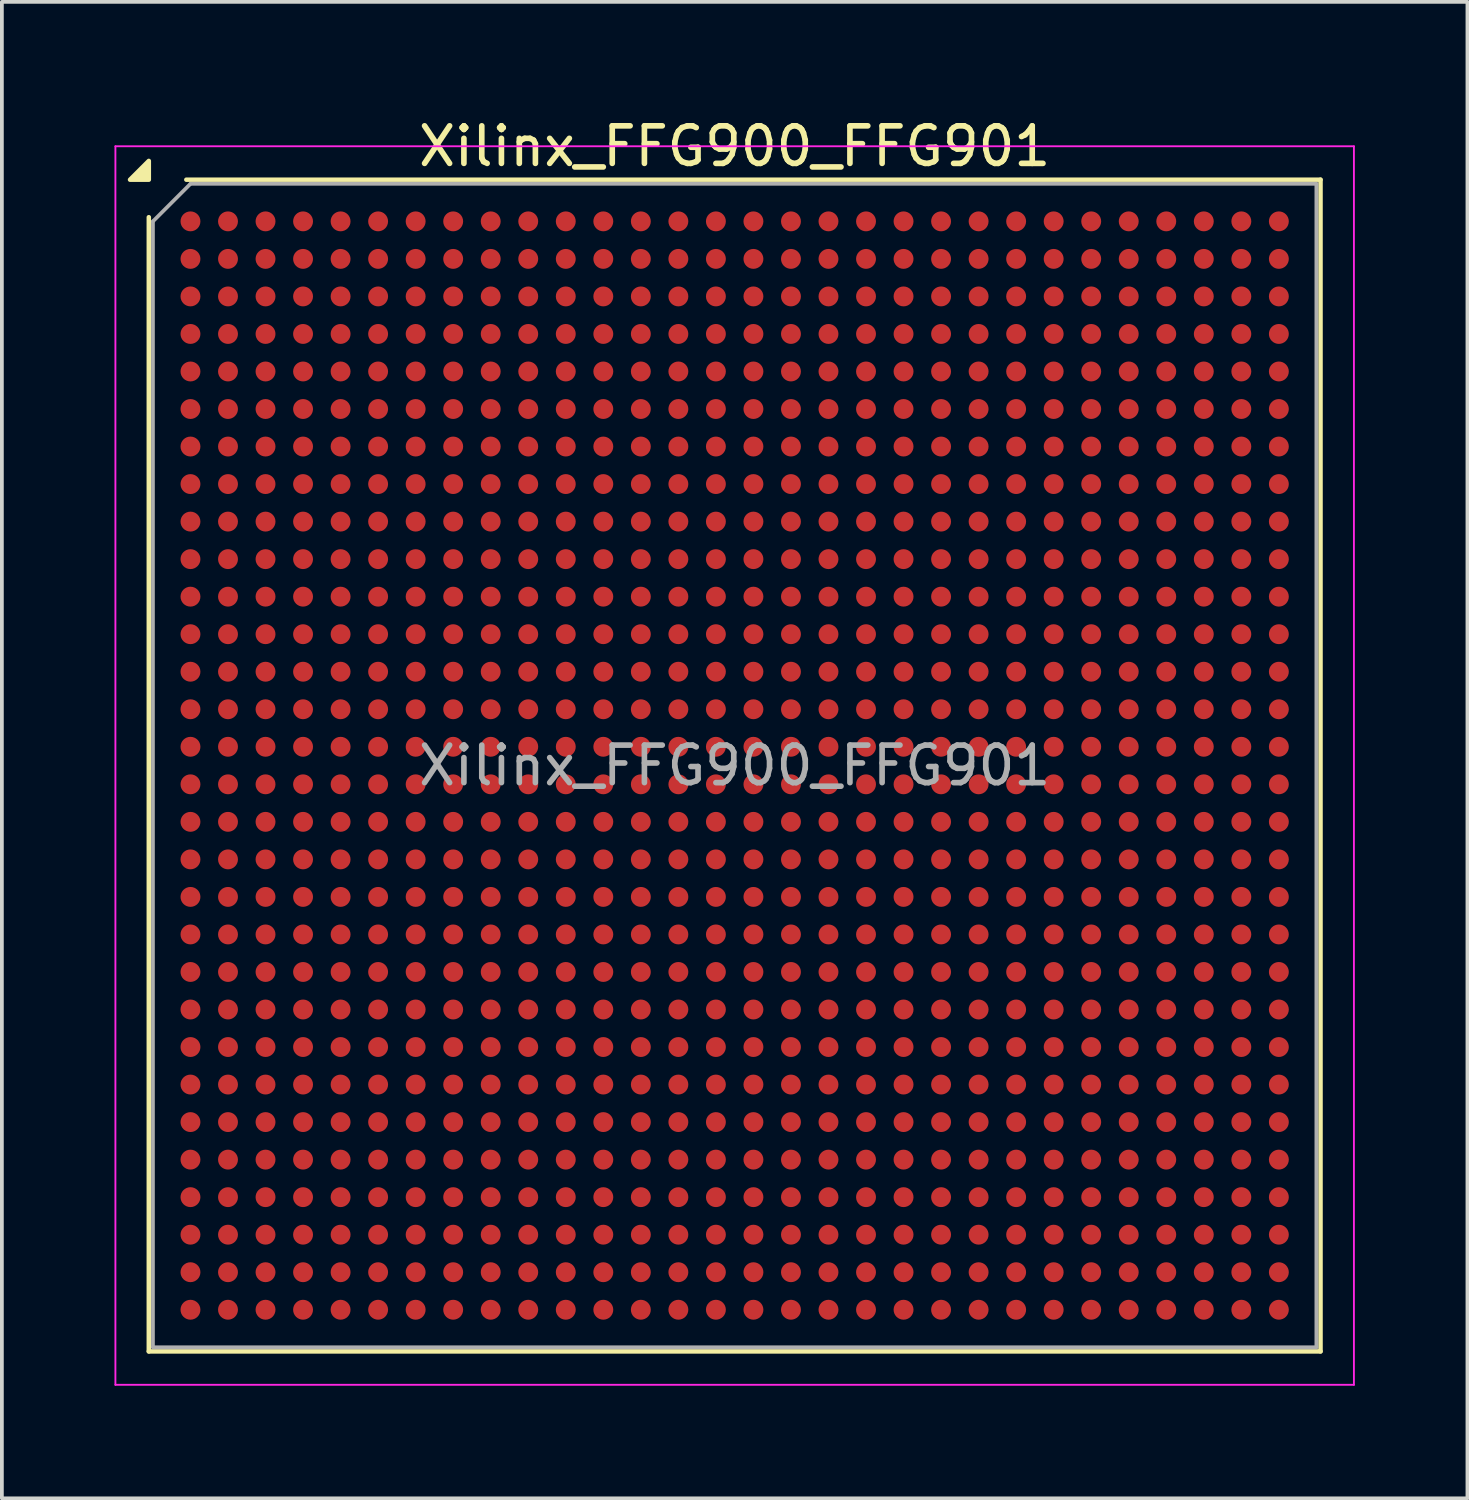
<source format=kicad_pcb>
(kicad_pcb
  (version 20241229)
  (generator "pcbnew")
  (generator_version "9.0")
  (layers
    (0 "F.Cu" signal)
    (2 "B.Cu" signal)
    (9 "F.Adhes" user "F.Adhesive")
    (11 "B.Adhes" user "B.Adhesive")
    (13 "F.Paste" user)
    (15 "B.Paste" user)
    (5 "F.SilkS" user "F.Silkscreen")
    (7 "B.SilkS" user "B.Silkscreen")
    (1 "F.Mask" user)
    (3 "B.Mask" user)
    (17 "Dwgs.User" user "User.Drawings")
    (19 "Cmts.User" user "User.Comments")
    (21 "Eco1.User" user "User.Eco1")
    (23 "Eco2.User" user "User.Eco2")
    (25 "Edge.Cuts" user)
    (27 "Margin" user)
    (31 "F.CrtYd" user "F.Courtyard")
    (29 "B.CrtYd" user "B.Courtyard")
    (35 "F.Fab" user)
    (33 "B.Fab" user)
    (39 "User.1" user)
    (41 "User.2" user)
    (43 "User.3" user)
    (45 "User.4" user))
  (footprint "Xilinx_FFG900_FFG901"
    (layer "F.Cu")
    (at 16.525 17.348)
    (property "Reference" "Xilinx_FFG900_FFG901" (at 0 -16.5 0) (layer "F.SilkS") (effects (font (size 1 1) (thickness 0.15))))
    (attr smd)
    (fp_line (start -15.61 15.61) (end -15.61 -14.61) (stroke (width 0.12) (type solid)) (layer "F.SilkS"))
    (fp_line (start -14.61 -15.61) (end 15.61 -15.61) (stroke (width 0.12) (type solid)) (layer "F.SilkS"))
    (fp_line (start 15.61 -15.61) (end 15.61 15.61) (stroke (width 0.12) (type solid)) (layer "F.SilkS"))
    (fp_line (start 15.61 15.61) (end -15.61 15.61) (stroke (width 0.12) (type solid)) (layer "F.SilkS"))
    (fp_poly (pts (xy -15.61 -15.61) (xy -16.11 -15.61) (xy -15.61 -16.11) (xy -15.61 -15.61)) (stroke (width 0.12) (type solid)) (fill yes) (layer "F.SilkS"))
    (fp_line (start -16.5 -16.5) (end -16.5 16.5) (stroke (width 0.05) (type solid)) (layer "F.CrtYd"))
    (fp_line (start -16.5 16.5) (end 16.5 16.5) (stroke (width 0.05) (type solid)) (layer "F.CrtYd"))
    (fp_line (start 16.5 -16.5) (end -16.5 -16.5) (stroke (width 0.05) (type solid)) (layer "F.CrtYd"))
    (fp_line (start 16.5 16.5) (end 16.5 -16.5) (stroke (width 0.05) (type solid)) (layer "F.CrtYd"))
    (fp_line (start -15.5 -14.5) (end -14.5 -15.5) (stroke (width 0.1) (type solid)) (layer "F.Fab"))
    (fp_line (start -15.5 15.5) (end -15.5 -14.5) (stroke (width 0.1) (type solid)) (layer "F.Fab"))
    (fp_line (start -14.5 -15.5) (end 15.5 -15.5) (stroke (width 0.1) (type solid)) (layer "F.Fab"))
    (fp_line (start 15.5 -15.5) (end 15.5 15.5) (stroke (width 0.1) (type solid)) (layer "F.Fab"))
    (fp_line (start 15.5 15.5) (end -15.5 15.5) (stroke (width 0.1) (type solid)) (layer "F.Fab"))
    (fp_text user "${REFERENCE}" (at 0 0 0) (layer "F.Fab") (effects (font (size 1 1) (thickness 0.15))))
    (pad "A1" smd circle (at -14.5 -14.5) (size 0.53 0.53) (property pad_prop_bga) (layers "F.Cu" "F.Mask" "F.Paste"))
    (pad "A2" smd circle (at -13.5 -14.5) (size 0.53 0.53) (property pad_prop_bga) (layers "F.Cu" "F.Mask" "F.Paste"))
    (pad "A3" smd circle (at -12.5 -14.5) (size 0.53 0.53) (property pad_prop_bga) (layers "F.Cu" "F.Mask" "F.Paste"))
    (pad "A4" smd circle (at -11.5 -14.5) (size 0.53 0.53) (property pad_prop_bga) (layers "F.Cu" "F.Mask" "F.Paste"))
    (pad "A5" smd circle (at -10.5 -14.5) (size 0.53 0.53) (property pad_prop_bga) (layers "F.Cu" "F.Mask" "F.Paste"))
    (pad "A6" smd circle (at -9.5 -14.5) (size 0.53 0.53) (property pad_prop_bga) (layers "F.Cu" "F.Mask" "F.Paste"))
    (pad "A7" smd circle (at -8.5 -14.5) (size 0.53 0.53) (property pad_prop_bga) (layers "F.Cu" "F.Mask" "F.Paste"))
    (pad "A8" smd circle (at -7.5 -14.5) (size 0.53 0.53) (property pad_prop_bga) (layers "F.Cu" "F.Mask" "F.Paste"))
    (pad "A9" smd circle (at -6.5 -14.5) (size 0.53 0.53) (property pad_prop_bga) (layers "F.Cu" "F.Mask" "F.Paste"))
    (pad "A10" smd circle (at -5.5 -14.5) (size 0.53 0.53) (property pad_prop_bga) (layers "F.Cu" "F.Mask" "F.Paste"))
    (pad "A11" smd circle (at -4.5 -14.5) (size 0.53 0.53) (property pad_prop_bga) (layers "F.Cu" "F.Mask" "F.Paste"))
    (pad "A12" smd circle (at -3.5 -14.5) (size 0.53 0.53) (property pad_prop_bga) (layers "F.Cu" "F.Mask" "F.Paste"))
    (pad "A13" smd circle (at -2.5 -14.5) (size 0.53 0.53) (property pad_prop_bga) (layers "F.Cu" "F.Mask" "F.Paste"))
    (pad "A14" smd circle (at -1.5 -14.5) (size 0.53 0.53) (property pad_prop_bga) (layers "F.Cu" "F.Mask" "F.Paste"))
    (pad "A15" smd circle (at -0.5 -14.5) (size 0.53 0.53) (property pad_prop_bga) (layers "F.Cu" "F.Mask" "F.Paste"))
    (pad "A16" smd circle (at 0.5 -14.5) (size 0.53 0.53) (property pad_prop_bga) (layers "F.Cu" "F.Mask" "F.Paste"))
    (pad "A17" smd circle (at 1.5 -14.5) (size 0.53 0.53) (property pad_prop_bga) (layers "F.Cu" "F.Mask" "F.Paste"))
    (pad "A18" smd circle (at 2.5 -14.5) (size 0.53 0.53) (property pad_prop_bga) (layers "F.Cu" "F.Mask" "F.Paste"))
    (pad "A19" smd circle (at 3.5 -14.5) (size 0.53 0.53) (property pad_prop_bga) (layers "F.Cu" "F.Mask" "F.Paste"))
    (pad "A20" smd circle (at 4.5 -14.5) (size 0.53 0.53) (property pad_prop_bga) (layers "F.Cu" "F.Mask" "F.Paste"))
    (pad "A21" smd circle (at 5.5 -14.5) (size 0.53 0.53) (property pad_prop_bga) (layers "F.Cu" "F.Mask" "F.Paste"))
    (pad "A22" smd circle (at 6.5 -14.5) (size 0.53 0.53) (property pad_prop_bga) (layers "F.Cu" "F.Mask" "F.Paste"))
    (pad "A23" smd circle (at 7.5 -14.5) (size 0.53 0.53) (property pad_prop_bga) (layers "F.Cu" "F.Mask" "F.Paste"))
    (pad "A24" smd circle (at 8.5 -14.5) (size 0.53 0.53) (property pad_prop_bga) (layers "F.Cu" "F.Mask" "F.Paste"))
    (pad "A25" smd circle (at 9.5 -14.5) (size 0.53 0.53) (property pad_prop_bga) (layers "F.Cu" "F.Mask" "F.Paste"))
    (pad "A26" smd circle (at 10.5 -14.5) (size 0.53 0.53) (property pad_prop_bga) (layers "F.Cu" "F.Mask" "F.Paste"))
    (pad "A27" smd circle (at 11.5 -14.5) (size 0.53 0.53) (property pad_prop_bga) (layers "F.Cu" "F.Mask" "F.Paste"))
    (pad "A28" smd circle (at 12.5 -14.5) (size 0.53 0.53) (property pad_prop_bga) (layers "F.Cu" "F.Mask" "F.Paste"))
    (pad "A29" smd circle (at 13.5 -14.5) (size 0.53 0.53) (property pad_prop_bga) (layers "F.Cu" "F.Mask" "F.Paste"))
    (pad "A30" smd circle (at 14.5 -14.5) (size 0.53 0.53) (property pad_prop_bga) (layers "F.Cu" "F.Mask" "F.Paste"))
    (pad "AA1" smd circle (at -14.5 5.5) (size 0.53 0.53) (property pad_prop_bga) (layers "F.Cu" "F.Mask" "F.Paste"))
    (pad "AA2" smd circle (at -13.5 5.5) (size 0.53 0.53) (property pad_prop_bga) (layers "F.Cu" "F.Mask" "F.Paste"))
    (pad "AA3" smd circle (at -12.5 5.5) (size 0.53 0.53) (property pad_prop_bga) (layers "F.Cu" "F.Mask" "F.Paste"))
    (pad "AA4" smd circle (at -11.5 5.5) (size 0.53 0.53) (property pad_prop_bga) (layers "F.Cu" "F.Mask" "F.Paste"))
    (pad "AA5" smd circle (at -10.5 5.5) (size 0.53 0.53) (property pad_prop_bga) (layers "F.Cu" "F.Mask" "F.Paste"))
    (pad "AA6" smd circle (at -9.5 5.5) (size 0.53 0.53) (property pad_prop_bga) (layers "F.Cu" "F.Mask" "F.Paste"))
    (pad "AA7" smd circle (at -8.5 5.5) (size 0.53 0.53) (property pad_prop_bga) (layers "F.Cu" "F.Mask" "F.Paste"))
    (pad "AA8" smd circle (at -7.5 5.5) (size 0.53 0.53) (property pad_prop_bga) (layers "F.Cu" "F.Mask" "F.Paste"))
    (pad "AA9" smd circle (at -6.5 5.5) (size 0.53 0.53) (property pad_prop_bga) (layers "F.Cu" "F.Mask" "F.Paste"))
    (pad "AA10" smd circle (at -5.5 5.5) (size 0.53 0.53) (property pad_prop_bga) (layers "F.Cu" "F.Mask" "F.Paste"))
    (pad "AA11" smd circle (at -4.5 5.5) (size 0.53 0.53) (property pad_prop_bga) (layers "F.Cu" "F.Mask" "F.Paste"))
    (pad "AA12" smd circle (at -3.5 5.5) (size 0.53 0.53) (property pad_prop_bga) (layers "F.Cu" "F.Mask" "F.Paste"))
    (pad "AA13" smd circle (at -2.5 5.5) (size 0.53 0.53) (property pad_prop_bga) (layers "F.Cu" "F.Mask" "F.Paste"))
    (pad "AA14" smd circle (at -1.5 5.5) (size 0.53 0.53) (property pad_prop_bga) (layers "F.Cu" "F.Mask" "F.Paste"))
    (pad "AA15" smd circle (at -0.5 5.5) (size 0.53 0.53) (property pad_prop_bga) (layers "F.Cu" "F.Mask" "F.Paste"))
    (pad "AA16" smd circle (at 0.5 5.5) (size 0.53 0.53) (property pad_prop_bga) (layers "F.Cu" "F.Mask" "F.Paste"))
    (pad "AA17" smd circle (at 1.5 5.5) (size 0.53 0.53) (property pad_prop_bga) (layers "F.Cu" "F.Mask" "F.Paste"))
    (pad "AA18" smd circle (at 2.5 5.5) (size 0.53 0.53) (property pad_prop_bga) (layers "F.Cu" "F.Mask" "F.Paste"))
    (pad "AA19" smd circle (at 3.5 5.5) (size 0.53 0.53) (property pad_prop_bga) (layers "F.Cu" "F.Mask" "F.Paste"))
    (pad "AA20" smd circle (at 4.5 5.5) (size 0.53 0.53) (property pad_prop_bga) (layers "F.Cu" "F.Mask" "F.Paste"))
    (pad "AA21" smd circle (at 5.5 5.5) (size 0.53 0.53) (property pad_prop_bga) (layers "F.Cu" "F.Mask" "F.Paste"))
    (pad "AA22" smd circle (at 6.5 5.5) (size 0.53 0.53) (property pad_prop_bga) (layers "F.Cu" "F.Mask" "F.Paste"))
    (pad "AA23" smd circle (at 7.5 5.5) (size 0.53 0.53) (property pad_prop_bga) (layers "F.Cu" "F.Mask" "F.Paste"))
    (pad "AA24" smd circle (at 8.5 5.5) (size 0.53 0.53) (property pad_prop_bga) (layers "F.Cu" "F.Mask" "F.Paste"))
    (pad "AA25" smd circle (at 9.5 5.5) (size 0.53 0.53) (property pad_prop_bga) (layers "F.Cu" "F.Mask" "F.Paste"))
    (pad "AA26" smd circle (at 10.5 5.5) (size 0.53 0.53) (property pad_prop_bga) (layers "F.Cu" "F.Mask" "F.Paste"))
    (pad "AA27" smd circle (at 11.5 5.5) (size 0.53 0.53) (property pad_prop_bga) (layers "F.Cu" "F.Mask" "F.Paste"))
    (pad "AA28" smd circle (at 12.5 5.5) (size 0.53 0.53) (property pad_prop_bga) (layers "F.Cu" "F.Mask" "F.Paste"))
    (pad "AA29" smd circle (at 13.5 5.5) (size 0.53 0.53) (property pad_prop_bga) (layers "F.Cu" "F.Mask" "F.Paste"))
    (pad "AA30" smd circle (at 14.5 5.5) (size 0.53 0.53) (property pad_prop_bga) (layers "F.Cu" "F.Mask" "F.Paste"))
    (pad "AB1" smd circle (at -14.5 6.5) (size 0.53 0.53) (property pad_prop_bga) (layers "F.Cu" "F.Mask" "F.Paste"))
    (pad "AB2" smd circle (at -13.5 6.5) (size 0.53 0.53) (property pad_prop_bga) (layers "F.Cu" "F.Mask" "F.Paste"))
    (pad "AB3" smd circle (at -12.5 6.5) (size 0.53 0.53) (property pad_prop_bga) (layers "F.Cu" "F.Mask" "F.Paste"))
    (pad "AB4" smd circle (at -11.5 6.5) (size 0.53 0.53) (property pad_prop_bga) (layers "F.Cu" "F.Mask" "F.Paste"))
    (pad "AB5" smd circle (at -10.5 6.5) (size 0.53 0.53) (property pad_prop_bga) (layers "F.Cu" "F.Mask" "F.Paste"))
    (pad "AB6" smd circle (at -9.5 6.5) (size 0.53 0.53) (property pad_prop_bga) (layers "F.Cu" "F.Mask" "F.Paste"))
    (pad "AB7" smd circle (at -8.5 6.5) (size 0.53 0.53) (property pad_prop_bga) (layers "F.Cu" "F.Mask" "F.Paste"))
    (pad "AB8" smd circle (at -7.5 6.5) (size 0.53 0.53) (property pad_prop_bga) (layers "F.Cu" "F.Mask" "F.Paste"))
    (pad "AB9" smd circle (at -6.5 6.5) (size 0.53 0.53) (property pad_prop_bga) (layers "F.Cu" "F.Mask" "F.Paste"))
    (pad "AB10" smd circle (at -5.5 6.5) (size 0.53 0.53) (property pad_prop_bga) (layers "F.Cu" "F.Mask" "F.Paste"))
    (pad "AB11" smd circle (at -4.5 6.5) (size 0.53 0.53) (property pad_prop_bga) (layers "F.Cu" "F.Mask" "F.Paste"))
    (pad "AB12" smd circle (at -3.5 6.5) (size 0.53 0.53) (property pad_prop_bga) (layers "F.Cu" "F.Mask" "F.Paste"))
    (pad "AB13" smd circle (at -2.5 6.5) (size 0.53 0.53) (property pad_prop_bga) (layers "F.Cu" "F.Mask" "F.Paste"))
    (pad "AB14" smd circle (at -1.5 6.5) (size 0.53 0.53) (property pad_prop_bga) (layers "F.Cu" "F.Mask" "F.Paste"))
    (pad "AB15" smd circle (at -0.5 6.5) (size 0.53 0.53) (property pad_prop_bga) (layers "F.Cu" "F.Mask" "F.Paste"))
    (pad "AB16" smd circle (at 0.5 6.5) (size 0.53 0.53) (property pad_prop_bga) (layers "F.Cu" "F.Mask" "F.Paste"))
    (pad "AB17" smd circle (at 1.5 6.5) (size 0.53 0.53) (property pad_prop_bga) (layers "F.Cu" "F.Mask" "F.Paste"))
    (pad "AB18" smd circle (at 2.5 6.5) (size 0.53 0.53) (property pad_prop_bga) (layers "F.Cu" "F.Mask" "F.Paste"))
    (pad "AB19" smd circle (at 3.5 6.5) (size 0.53 0.53) (property pad_prop_bga) (layers "F.Cu" "F.Mask" "F.Paste"))
    (pad "AB20" smd circle (at 4.5 6.5) (size 0.53 0.53) (property pad_prop_bga) (layers "F.Cu" "F.Mask" "F.Paste"))
    (pad "AB21" smd circle (at 5.5 6.5) (size 0.53 0.53) (property pad_prop_bga) (layers "F.Cu" "F.Mask" "F.Paste"))
    (pad "AB22" smd circle (at 6.5 6.5) (size 0.53 0.53) (property pad_prop_bga) (layers "F.Cu" "F.Mask" "F.Paste"))
    (pad "AB23" smd circle (at 7.5 6.5) (size 0.53 0.53) (property pad_prop_bga) (layers "F.Cu" "F.Mask" "F.Paste"))
    (pad "AB24" smd circle (at 8.5 6.5) (size 0.53 0.53) (property pad_prop_bga) (layers "F.Cu" "F.Mask" "F.Paste"))
    (pad "AB25" smd circle (at 9.5 6.5) (size 0.53 0.53) (property pad_prop_bga) (layers "F.Cu" "F.Mask" "F.Paste"))
    (pad "AB26" smd circle (at 10.5 6.5) (size 0.53 0.53) (property pad_prop_bga) (layers "F.Cu" "F.Mask" "F.Paste"))
    (pad "AB27" smd circle (at 11.5 6.5) (size 0.53 0.53) (property pad_prop_bga) (layers "F.Cu" "F.Mask" "F.Paste"))
    (pad "AB28" smd circle (at 12.5 6.5) (size 0.53 0.53) (property pad_prop_bga) (layers "F.Cu" "F.Mask" "F.Paste"))
    (pad "AB29" smd circle (at 13.5 6.5) (size 0.53 0.53) (property pad_prop_bga) (layers "F.Cu" "F.Mask" "F.Paste"))
    (pad "AB30" smd circle (at 14.5 6.5) (size 0.53 0.53) (property pad_prop_bga) (layers "F.Cu" "F.Mask" "F.Paste"))
    (pad "AC1" smd circle (at -14.5 7.5) (size 0.53 0.53) (property pad_prop_bga) (layers "F.Cu" "F.Mask" "F.Paste"))
    (pad "AC2" smd circle (at -13.5 7.5) (size 0.53 0.53) (property pad_prop_bga) (layers "F.Cu" "F.Mask" "F.Paste"))
    (pad "AC3" smd circle (at -12.5 7.5) (size 0.53 0.53) (property pad_prop_bga) (layers "F.Cu" "F.Mask" "F.Paste"))
    (pad "AC4" smd circle (at -11.5 7.5) (size 0.53 0.53) (property pad_prop_bga) (layers "F.Cu" "F.Mask" "F.Paste"))
    (pad "AC5" smd circle (at -10.5 7.5) (size 0.53 0.53) (property pad_prop_bga) (layers "F.Cu" "F.Mask" "F.Paste"))
    (pad "AC6" smd circle (at -9.5 7.5) (size 0.53 0.53) (property pad_prop_bga) (layers "F.Cu" "F.Mask" "F.Paste"))
    (pad "AC7" smd circle (at -8.5 7.5) (size 0.53 0.53) (property pad_prop_bga) (layers "F.Cu" "F.Mask" "F.Paste"))
    (pad "AC8" smd circle (at -7.5 7.5) (size 0.53 0.53) (property pad_prop_bga) (layers "F.Cu" "F.Mask" "F.Paste"))
    (pad "AC9" smd circle (at -6.5 7.5) (size 0.53 0.53) (property pad_prop_bga) (layers "F.Cu" "F.Mask" "F.Paste"))
    (pad "AC10" smd circle (at -5.5 7.5) (size 0.53 0.53) (property pad_prop_bga) (layers "F.Cu" "F.Mask" "F.Paste"))
    (pad "AC11" smd circle (at -4.5 7.5) (size 0.53 0.53) (property pad_prop_bga) (layers "F.Cu" "F.Mask" "F.Paste"))
    (pad "AC12" smd circle (at -3.5 7.5) (size 0.53 0.53) (property pad_prop_bga) (layers "F.Cu" "F.Mask" "F.Paste"))
    (pad "AC13" smd circle (at -2.5 7.5) (size 0.53 0.53) (property pad_prop_bga) (layers "F.Cu" "F.Mask" "F.Paste"))
    (pad "AC14" smd circle (at -1.5 7.5) (size 0.53 0.53) (property pad_prop_bga) (layers "F.Cu" "F.Mask" "F.Paste"))
    (pad "AC15" smd circle (at -0.5 7.5) (size 0.53 0.53) (property pad_prop_bga) (layers "F.Cu" "F.Mask" "F.Paste"))
    (pad "AC16" smd circle (at 0.5 7.5) (size 0.53 0.53) (property pad_prop_bga) (layers "F.Cu" "F.Mask" "F.Paste"))
    (pad "AC17" smd circle (at 1.5 7.5) (size 0.53 0.53) (property pad_prop_bga) (layers "F.Cu" "F.Mask" "F.Paste"))
    (pad "AC18" smd circle (at 2.5 7.5) (size 0.53 0.53) (property pad_prop_bga) (layers "F.Cu" "F.Mask" "F.Paste"))
    (pad "AC19" smd circle (at 3.5 7.5) (size 0.53 0.53) (property pad_prop_bga) (layers "F.Cu" "F.Mask" "F.Paste"))
    (pad "AC20" smd circle (at 4.5 7.5) (size 0.53 0.53) (property pad_prop_bga) (layers "F.Cu" "F.Mask" "F.Paste"))
    (pad "AC21" smd circle (at 5.5 7.5) (size 0.53 0.53) (property pad_prop_bga) (layers "F.Cu" "F.Mask" "F.Paste"))
    (pad "AC22" smd circle (at 6.5 7.5) (size 0.53 0.53) (property pad_prop_bga) (layers "F.Cu" "F.Mask" "F.Paste"))
    (pad "AC23" smd circle (at 7.5 7.5) (size 0.53 0.53) (property pad_prop_bga) (layers "F.Cu" "F.Mask" "F.Paste"))
    (pad "AC24" smd circle (at 8.5 7.5) (size 0.53 0.53) (property pad_prop_bga) (layers "F.Cu" "F.Mask" "F.Paste"))
    (pad "AC25" smd circle (at 9.5 7.5) (size 0.53 0.53) (property pad_prop_bga) (layers "F.Cu" "F.Mask" "F.Paste"))
    (pad "AC26" smd circle (at 10.5 7.5) (size 0.53 0.53) (property pad_prop_bga) (layers "F.Cu" "F.Mask" "F.Paste"))
    (pad "AC27" smd circle (at 11.5 7.5) (size 0.53 0.53) (property pad_prop_bga) (layers "F.Cu" "F.Mask" "F.Paste"))
    (pad "AC28" smd circle (at 12.5 7.5) (size 0.53 0.53) (property pad_prop_bga) (layers "F.Cu" "F.Mask" "F.Paste"))
    (pad "AC29" smd circle (at 13.5 7.5) (size 0.53 0.53) (property pad_prop_bga) (layers "F.Cu" "F.Mask" "F.Paste"))
    (pad "AC30" smd circle (at 14.5 7.5) (size 0.53 0.53) (property pad_prop_bga) (layers "F.Cu" "F.Mask" "F.Paste"))
    (pad "AD1" smd circle (at -14.5 8.5) (size 0.53 0.53) (property pad_prop_bga) (layers "F.Cu" "F.Mask" "F.Paste"))
    (pad "AD2" smd circle (at -13.5 8.5) (size 0.53 0.53) (property pad_prop_bga) (layers "F.Cu" "F.Mask" "F.Paste"))
    (pad "AD3" smd circle (at -12.5 8.5) (size 0.53 0.53) (property pad_prop_bga) (layers "F.Cu" "F.Mask" "F.Paste"))
    (pad "AD4" smd circle (at -11.5 8.5) (size 0.53 0.53) (property pad_prop_bga) (layers "F.Cu" "F.Mask" "F.Paste"))
    (pad "AD5" smd circle (at -10.5 8.5) (size 0.53 0.53) (property pad_prop_bga) (layers "F.Cu" "F.Mask" "F.Paste"))
    (pad "AD6" smd circle (at -9.5 8.5) (size 0.53 0.53) (property pad_prop_bga) (layers "F.Cu" "F.Mask" "F.Paste"))
    (pad "AD7" smd circle (at -8.5 8.5) (size 0.53 0.53) (property pad_prop_bga) (layers "F.Cu" "F.Mask" "F.Paste"))
    (pad "AD8" smd circle (at -7.5 8.5) (size 0.53 0.53) (property pad_prop_bga) (layers "F.Cu" "F.Mask" "F.Paste"))
    (pad "AD9" smd circle (at -6.5 8.5) (size 0.53 0.53) (property pad_prop_bga) (layers "F.Cu" "F.Mask" "F.Paste"))
    (pad "AD10" smd circle (at -5.5 8.5) (size 0.53 0.53) (property pad_prop_bga) (layers "F.Cu" "F.Mask" "F.Paste"))
    (pad "AD11" smd circle (at -4.5 8.5) (size 0.53 0.53) (property pad_prop_bga) (layers "F.Cu" "F.Mask" "F.Paste"))
    (pad "AD12" smd circle (at -3.5 8.5) (size 0.53 0.53) (property pad_prop_bga) (layers "F.Cu" "F.Mask" "F.Paste"))
    (pad "AD13" smd circle (at -2.5 8.5) (size 0.53 0.53) (property pad_prop_bga) (layers "F.Cu" "F.Mask" "F.Paste"))
    (pad "AD14" smd circle (at -1.5 8.5) (size 0.53 0.53) (property pad_prop_bga) (layers "F.Cu" "F.Mask" "F.Paste"))
    (pad "AD15" smd circle (at -0.5 8.5) (size 0.53 0.53) (property pad_prop_bga) (layers "F.Cu" "F.Mask" "F.Paste"))
    (pad "AD16" smd circle (at 0.5 8.5) (size 0.53 0.53) (property pad_prop_bga) (layers "F.Cu" "F.Mask" "F.Paste"))
    (pad "AD17" smd circle (at 1.5 8.5) (size 0.53 0.53) (property pad_prop_bga) (layers "F.Cu" "F.Mask" "F.Paste"))
    (pad "AD18" smd circle (at 2.5 8.5) (size 0.53 0.53) (property pad_prop_bga) (layers "F.Cu" "F.Mask" "F.Paste"))
    (pad "AD19" smd circle (at 3.5 8.5) (size 0.53 0.53) (property pad_prop_bga) (layers "F.Cu" "F.Mask" "F.Paste"))
    (pad "AD20" smd circle (at 4.5 8.5) (size 0.53 0.53) (property pad_prop_bga) (layers "F.Cu" "F.Mask" "F.Paste"))
    (pad "AD21" smd circle (at 5.5 8.5) (size 0.53 0.53) (property pad_prop_bga) (layers "F.Cu" "F.Mask" "F.Paste"))
    (pad "AD22" smd circle (at 6.5 8.5) (size 0.53 0.53) (property pad_prop_bga) (layers "F.Cu" "F.Mask" "F.Paste"))
    (pad "AD23" smd circle (at 7.5 8.5) (size 0.53 0.53) (property pad_prop_bga) (layers "F.Cu" "F.Mask" "F.Paste"))
    (pad "AD24" smd circle (at 8.5 8.5) (size 0.53 0.53) (property pad_prop_bga) (layers "F.Cu" "F.Mask" "F.Paste"))
    (pad "AD25" smd circle (at 9.5 8.5) (size 0.53 0.53) (property pad_prop_bga) (layers "F.Cu" "F.Mask" "F.Paste"))
    (pad "AD26" smd circle (at 10.5 8.5) (size 0.53 0.53) (property pad_prop_bga) (layers "F.Cu" "F.Mask" "F.Paste"))
    (pad "AD27" smd circle (at 11.5 8.5) (size 0.53 0.53) (property pad_prop_bga) (layers "F.Cu" "F.Mask" "F.Paste"))
    (pad "AD28" smd circle (at 12.5 8.5) (size 0.53 0.53) (property pad_prop_bga) (layers "F.Cu" "F.Mask" "F.Paste"))
    (pad "AD29" smd circle (at 13.5 8.5) (size 0.53 0.53) (property pad_prop_bga) (layers "F.Cu" "F.Mask" "F.Paste"))
    (pad "AD30" smd circle (at 14.5 8.5) (size 0.53 0.53) (property pad_prop_bga) (layers "F.Cu" "F.Mask" "F.Paste"))
    (pad "AE1" smd circle (at -14.5 9.5) (size 0.53 0.53) (property pad_prop_bga) (layers "F.Cu" "F.Mask" "F.Paste"))
    (pad "AE2" smd circle (at -13.5 9.5) (size 0.53 0.53) (property pad_prop_bga) (layers "F.Cu" "F.Mask" "F.Paste"))
    (pad "AE3" smd circle (at -12.5 9.5) (size 0.53 0.53) (property pad_prop_bga) (layers "F.Cu" "F.Mask" "F.Paste"))
    (pad "AE4" smd circle (at -11.5 9.5) (size 0.53 0.53) (property pad_prop_bga) (layers "F.Cu" "F.Mask" "F.Paste"))
    (pad "AE5" smd circle (at -10.5 9.5) (size 0.53 0.53) (property pad_prop_bga) (layers "F.Cu" "F.Mask" "F.Paste"))
    (pad "AE6" smd circle (at -9.5 9.5) (size 0.53 0.53) (property pad_prop_bga) (layers "F.Cu" "F.Mask" "F.Paste"))
    (pad "AE7" smd circle (at -8.5 9.5) (size 0.53 0.53) (property pad_prop_bga) (layers "F.Cu" "F.Mask" "F.Paste"))
    (pad "AE8" smd circle (at -7.5 9.5) (size 0.53 0.53) (property pad_prop_bga) (layers "F.Cu" "F.Mask" "F.Paste"))
    (pad "AE9" smd circle (at -6.5 9.5) (size 0.53 0.53) (property pad_prop_bga) (layers "F.Cu" "F.Mask" "F.Paste"))
    (pad "AE10" smd circle (at -5.5 9.5) (size 0.53 0.53) (property pad_prop_bga) (layers "F.Cu" "F.Mask" "F.Paste"))
    (pad "AE11" smd circle (at -4.5 9.5) (size 0.53 0.53) (property pad_prop_bga) (layers "F.Cu" "F.Mask" "F.Paste"))
    (pad "AE12" smd circle (at -3.5 9.5) (size 0.53 0.53) (property pad_prop_bga) (layers "F.Cu" "F.Mask" "F.Paste"))
    (pad "AE13" smd circle (at -2.5 9.5) (size 0.53 0.53) (property pad_prop_bga) (layers "F.Cu" "F.Mask" "F.Paste"))
    (pad "AE14" smd circle (at -1.5 9.5) (size 0.53 0.53) (property pad_prop_bga) (layers "F.Cu" "F.Mask" "F.Paste"))
    (pad "AE15" smd circle (at -0.5 9.5) (size 0.53 0.53) (property pad_prop_bga) (layers "F.Cu" "F.Mask" "F.Paste"))
    (pad "AE16" smd circle (at 0.5 9.5) (size 0.53 0.53) (property pad_prop_bga) (layers "F.Cu" "F.Mask" "F.Paste"))
    (pad "AE17" smd circle (at 1.5 9.5) (size 0.53 0.53) (property pad_prop_bga) (layers "F.Cu" "F.Mask" "F.Paste"))
    (pad "AE18" smd circle (at 2.5 9.5) (size 0.53 0.53) (property pad_prop_bga) (layers "F.Cu" "F.Mask" "F.Paste"))
    (pad "AE19" smd circle (at 3.5 9.5) (size 0.53 0.53) (property pad_prop_bga) (layers "F.Cu" "F.Mask" "F.Paste"))
    (pad "AE20" smd circle (at 4.5 9.5) (size 0.53 0.53) (property pad_prop_bga) (layers "F.Cu" "F.Mask" "F.Paste"))
    (pad "AE21" smd circle (at 5.5 9.5) (size 0.53 0.53) (property pad_prop_bga) (layers "F.Cu" "F.Mask" "F.Paste"))
    (pad "AE22" smd circle (at 6.5 9.5) (size 0.53 0.53) (property pad_prop_bga) (layers "F.Cu" "F.Mask" "F.Paste"))
    (pad "AE23" smd circle (at 7.5 9.5) (size 0.53 0.53) (property pad_prop_bga) (layers "F.Cu" "F.Mask" "F.Paste"))
    (pad "AE24" smd circle (at 8.5 9.5) (size 0.53 0.53) (property pad_prop_bga) (layers "F.Cu" "F.Mask" "F.Paste"))
    (pad "AE25" smd circle (at 9.5 9.5) (size 0.53 0.53) (property pad_prop_bga) (layers "F.Cu" "F.Mask" "F.Paste"))
    (pad "AE26" smd circle (at 10.5 9.5) (size 0.53 0.53) (property pad_prop_bga) (layers "F.Cu" "F.Mask" "F.Paste"))
    (pad "AE27" smd circle (at 11.5 9.5) (size 0.53 0.53) (property pad_prop_bga) (layers "F.Cu" "F.Mask" "F.Paste"))
    (pad "AE28" smd circle (at 12.5 9.5) (size 0.53 0.53) (property pad_prop_bga) (layers "F.Cu" "F.Mask" "F.Paste"))
    (pad "AE29" smd circle (at 13.5 9.5) (size 0.53 0.53) (property pad_prop_bga) (layers "F.Cu" "F.Mask" "F.Paste"))
    (pad "AE30" smd circle (at 14.5 9.5) (size 0.53 0.53) (property pad_prop_bga) (layers "F.Cu" "F.Mask" "F.Paste"))
    (pad "AF1" smd circle (at -14.5 10.5) (size 0.53 0.53) (property pad_prop_bga) (layers "F.Cu" "F.Mask" "F.Paste"))
    (pad "AF2" smd circle (at -13.5 10.5) (size 0.53 0.53) (property pad_prop_bga) (layers "F.Cu" "F.Mask" "F.Paste"))
    (pad "AF3" smd circle (at -12.5 10.5) (size 0.53 0.53) (property pad_prop_bga) (layers "F.Cu" "F.Mask" "F.Paste"))
    (pad "AF4" smd circle (at -11.5 10.5) (size 0.53 0.53) (property pad_prop_bga) (layers "F.Cu" "F.Mask" "F.Paste"))
    (pad "AF5" smd circle (at -10.5 10.5) (size 0.53 0.53) (property pad_prop_bga) (layers "F.Cu" "F.Mask" "F.Paste"))
    (pad "AF6" smd circle (at -9.5 10.5) (size 0.53 0.53) (property pad_prop_bga) (layers "F.Cu" "F.Mask" "F.Paste"))
    (pad "AF7" smd circle (at -8.5 10.5) (size 0.53 0.53) (property pad_prop_bga) (layers "F.Cu" "F.Mask" "F.Paste"))
    (pad "AF8" smd circle (at -7.5 10.5) (size 0.53 0.53) (property pad_prop_bga) (layers "F.Cu" "F.Mask" "F.Paste"))
    (pad "AF9" smd circle (at -6.5 10.5) (size 0.53 0.53) (property pad_prop_bga) (layers "F.Cu" "F.Mask" "F.Paste"))
    (pad "AF10" smd circle (at -5.5 10.5) (size 0.53 0.53) (property pad_prop_bga) (layers "F.Cu" "F.Mask" "F.Paste"))
    (pad "AF11" smd circle (at -4.5 10.5) (size 0.53 0.53) (property pad_prop_bga) (layers "F.Cu" "F.Mask" "F.Paste"))
    (pad "AF12" smd circle (at -3.5 10.5) (size 0.53 0.53) (property pad_prop_bga) (layers "F.Cu" "F.Mask" "F.Paste"))
    (pad "AF13" smd circle (at -2.5 10.5) (size 0.53 0.53) (property pad_prop_bga) (layers "F.Cu" "F.Mask" "F.Paste"))
    (pad "AF14" smd circle (at -1.5 10.5) (size 0.53 0.53) (property pad_prop_bga) (layers "F.Cu" "F.Mask" "F.Paste"))
    (pad "AF15" smd circle (at -0.5 10.5) (size 0.53 0.53) (property pad_prop_bga) (layers "F.Cu" "F.Mask" "F.Paste"))
    (pad "AF16" smd circle (at 0.5 10.5) (size 0.53 0.53) (property pad_prop_bga) (layers "F.Cu" "F.Mask" "F.Paste"))
    (pad "AF17" smd circle (at 1.5 10.5) (size 0.53 0.53) (property pad_prop_bga) (layers "F.Cu" "F.Mask" "F.Paste"))
    (pad "AF18" smd circle (at 2.5 10.5) (size 0.53 0.53) (property pad_prop_bga) (layers "F.Cu" "F.Mask" "F.Paste"))
    (pad "AF19" smd circle (at 3.5 10.5) (size 0.53 0.53) (property pad_prop_bga) (layers "F.Cu" "F.Mask" "F.Paste"))
    (pad "AF20" smd circle (at 4.5 10.5) (size 0.53 0.53) (property pad_prop_bga) (layers "F.Cu" "F.Mask" "F.Paste"))
    (pad "AF21" smd circle (at 5.5 10.5) (size 0.53 0.53) (property pad_prop_bga) (layers "F.Cu" "F.Mask" "F.Paste"))
    (pad "AF22" smd circle (at 6.5 10.5) (size 0.53 0.53) (property pad_prop_bga) (layers "F.Cu" "F.Mask" "F.Paste"))
    (pad "AF23" smd circle (at 7.5 10.5) (size 0.53 0.53) (property pad_prop_bga) (layers "F.Cu" "F.Mask" "F.Paste"))
    (pad "AF24" smd circle (at 8.5 10.5) (size 0.53 0.53) (property pad_prop_bga) (layers "F.Cu" "F.Mask" "F.Paste"))
    (pad "AF25" smd circle (at 9.5 10.5) (size 0.53 0.53) (property pad_prop_bga) (layers "F.Cu" "F.Mask" "F.Paste"))
    (pad "AF26" smd circle (at 10.5 10.5) (size 0.53 0.53) (property pad_prop_bga) (layers "F.Cu" "F.Mask" "F.Paste"))
    (pad "AF27" smd circle (at 11.5 10.5) (size 0.53 0.53) (property pad_prop_bga) (layers "F.Cu" "F.Mask" "F.Paste"))
    (pad "AF28" smd circle (at 12.5 10.5) (size 0.53 0.53) (property pad_prop_bga) (layers "F.Cu" "F.Mask" "F.Paste"))
    (pad "AF29" smd circle (at 13.5 10.5) (size 0.53 0.53) (property pad_prop_bga) (layers "F.Cu" "F.Mask" "F.Paste"))
    (pad "AF30" smd circle (at 14.5 10.5) (size 0.53 0.53) (property pad_prop_bga) (layers "F.Cu" "F.Mask" "F.Paste"))
    (pad "AG1" smd circle (at -14.5 11.5) (size 0.53 0.53) (property pad_prop_bga) (layers "F.Cu" "F.Mask" "F.Paste"))
    (pad "AG2" smd circle (at -13.5 11.5) (size 0.53 0.53) (property pad_prop_bga) (layers "F.Cu" "F.Mask" "F.Paste"))
    (pad "AG3" smd circle (at -12.5 11.5) (size 0.53 0.53) (property pad_prop_bga) (layers "F.Cu" "F.Mask" "F.Paste"))
    (pad "AG4" smd circle (at -11.5 11.5) (size 0.53 0.53) (property pad_prop_bga) (layers "F.Cu" "F.Mask" "F.Paste"))
    (pad "AG5" smd circle (at -10.5 11.5) (size 0.53 0.53) (property pad_prop_bga) (layers "F.Cu" "F.Mask" "F.Paste"))
    (pad "AG6" smd circle (at -9.5 11.5) (size 0.53 0.53) (property pad_prop_bga) (layers "F.Cu" "F.Mask" "F.Paste"))
    (pad "AG7" smd circle (at -8.5 11.5) (size 0.53 0.53) (property pad_prop_bga) (layers "F.Cu" "F.Mask" "F.Paste"))
    (pad "AG8" smd circle (at -7.5 11.5) (size 0.53 0.53) (property pad_prop_bga) (layers "F.Cu" "F.Mask" "F.Paste"))
    (pad "AG9" smd circle (at -6.5 11.5) (size 0.53 0.53) (property pad_prop_bga) (layers "F.Cu" "F.Mask" "F.Paste"))
    (pad "AG10" smd circle (at -5.5 11.5) (size 0.53 0.53) (property pad_prop_bga) (layers "F.Cu" "F.Mask" "F.Paste"))
    (pad "AG11" smd circle (at -4.5 11.5) (size 0.53 0.53) (property pad_prop_bga) (layers "F.Cu" "F.Mask" "F.Paste"))
    (pad "AG12" smd circle (at -3.5 11.5) (size 0.53 0.53) (property pad_prop_bga) (layers "F.Cu" "F.Mask" "F.Paste"))
    (pad "AG13" smd circle (at -2.5 11.5) (size 0.53 0.53) (property pad_prop_bga) (layers "F.Cu" "F.Mask" "F.Paste"))
    (pad "AG14" smd circle (at -1.5 11.5) (size 0.53 0.53) (property pad_prop_bga) (layers "F.Cu" "F.Mask" "F.Paste"))
    (pad "AG15" smd circle (at -0.5 11.5) (size 0.53 0.53) (property pad_prop_bga) (layers "F.Cu" "F.Mask" "F.Paste"))
    (pad "AG16" smd circle (at 0.5 11.5) (size 0.53 0.53) (property pad_prop_bga) (layers "F.Cu" "F.Mask" "F.Paste"))
    (pad "AG17" smd circle (at 1.5 11.5) (size 0.53 0.53) (property pad_prop_bga) (layers "F.Cu" "F.Mask" "F.Paste"))
    (pad "AG18" smd circle (at 2.5 11.5) (size 0.53 0.53) (property pad_prop_bga) (layers "F.Cu" "F.Mask" "F.Paste"))
    (pad "AG19" smd circle (at 3.5 11.5) (size 0.53 0.53) (property pad_prop_bga) (layers "F.Cu" "F.Mask" "F.Paste"))
    (pad "AG20" smd circle (at 4.5 11.5) (size 0.53 0.53) (property pad_prop_bga) (layers "F.Cu" "F.Mask" "F.Paste"))
    (pad "AG21" smd circle (at 5.5 11.5) (size 0.53 0.53) (property pad_prop_bga) (layers "F.Cu" "F.Mask" "F.Paste"))
    (pad "AG22" smd circle (at 6.5 11.5) (size 0.53 0.53) (property pad_prop_bga) (layers "F.Cu" "F.Mask" "F.Paste"))
    (pad "AG23" smd circle (at 7.5 11.5) (size 0.53 0.53) (property pad_prop_bga) (layers "F.Cu" "F.Mask" "F.Paste"))
    (pad "AG24" smd circle (at 8.5 11.5) (size 0.53 0.53) (property pad_prop_bga) (layers "F.Cu" "F.Mask" "F.Paste"))
    (pad "AG25" smd circle (at 9.5 11.5) (size 0.53 0.53) (property pad_prop_bga) (layers "F.Cu" "F.Mask" "F.Paste"))
    (pad "AG26" smd circle (at 10.5 11.5) (size 0.53 0.53) (property pad_prop_bga) (layers "F.Cu" "F.Mask" "F.Paste"))
    (pad "AG27" smd circle (at 11.5 11.5) (size 0.53 0.53) (property pad_prop_bga) (layers "F.Cu" "F.Mask" "F.Paste"))
    (pad "AG28" smd circle (at 12.5 11.5) (size 0.53 0.53) (property pad_prop_bga) (layers "F.Cu" "F.Mask" "F.Paste"))
    (pad "AG29" smd circle (at 13.5 11.5) (size 0.53 0.53) (property pad_prop_bga) (layers "F.Cu" "F.Mask" "F.Paste"))
    (pad "AG30" smd circle (at 14.5 11.5) (size 0.53 0.53) (property pad_prop_bga) (layers "F.Cu" "F.Mask" "F.Paste"))
    (pad "AH1" smd circle (at -14.5 12.5) (size 0.53 0.53) (property pad_prop_bga) (layers "F.Cu" "F.Mask" "F.Paste"))
    (pad "AH2" smd circle (at -13.5 12.5) (size 0.53 0.53) (property pad_prop_bga) (layers "F.Cu" "F.Mask" "F.Paste"))
    (pad "AH3" smd circle (at -12.5 12.5) (size 0.53 0.53) (property pad_prop_bga) (layers "F.Cu" "F.Mask" "F.Paste"))
    (pad "AH4" smd circle (at -11.5 12.5) (size 0.53 0.53) (property pad_prop_bga) (layers "F.Cu" "F.Mask" "F.Paste"))
    (pad "AH5" smd circle (at -10.5 12.5) (size 0.53 0.53) (property pad_prop_bga) (layers "F.Cu" "F.Mask" "F.Paste"))
    (pad "AH6" smd circle (at -9.5 12.5) (size 0.53 0.53) (property pad_prop_bga) (layers "F.Cu" "F.Mask" "F.Paste"))
    (pad "AH7" smd circle (at -8.5 12.5) (size 0.53 0.53) (property pad_prop_bga) (layers "F.Cu" "F.Mask" "F.Paste"))
    (pad "AH8" smd circle (at -7.5 12.5) (size 0.53 0.53) (property pad_prop_bga) (layers "F.Cu" "F.Mask" "F.Paste"))
    (pad "AH9" smd circle (at -6.5 12.5) (size 0.53 0.53) (property pad_prop_bga) (layers "F.Cu" "F.Mask" "F.Paste"))
    (pad "AH10" smd circle (at -5.5 12.5) (size 0.53 0.53) (property pad_prop_bga) (layers "F.Cu" "F.Mask" "F.Paste"))
    (pad "AH11" smd circle (at -4.5 12.5) (size 0.53 0.53) (property pad_prop_bga) (layers "F.Cu" "F.Mask" "F.Paste"))
    (pad "AH12" smd circle (at -3.5 12.5) (size 0.53 0.53) (property pad_prop_bga) (layers "F.Cu" "F.Mask" "F.Paste"))
    (pad "AH13" smd circle (at -2.5 12.5) (size 0.53 0.53) (property pad_prop_bga) (layers "F.Cu" "F.Mask" "F.Paste"))
    (pad "AH14" smd circle (at -1.5 12.5) (size 0.53 0.53) (property pad_prop_bga) (layers "F.Cu" "F.Mask" "F.Paste"))
    (pad "AH15" smd circle (at -0.5 12.5) (size 0.53 0.53) (property pad_prop_bga) (layers "F.Cu" "F.Mask" "F.Paste"))
    (pad "AH16" smd circle (at 0.5 12.5) (size 0.53 0.53) (property pad_prop_bga) (layers "F.Cu" "F.Mask" "F.Paste"))
    (pad "AH17" smd circle (at 1.5 12.5) (size 0.53 0.53) (property pad_prop_bga) (layers "F.Cu" "F.Mask" "F.Paste"))
    (pad "AH18" smd circle (at 2.5 12.5) (size 0.53 0.53) (property pad_prop_bga) (layers "F.Cu" "F.Mask" "F.Paste"))
    (pad "AH19" smd circle (at 3.5 12.5) (size 0.53 0.53) (property pad_prop_bga) (layers "F.Cu" "F.Mask" "F.Paste"))
    (pad "AH20" smd circle (at 4.5 12.5) (size 0.53 0.53) (property pad_prop_bga) (layers "F.Cu" "F.Mask" "F.Paste"))
    (pad "AH21" smd circle (at 5.5 12.5) (size 0.53 0.53) (property pad_prop_bga) (layers "F.Cu" "F.Mask" "F.Paste"))
    (pad "AH22" smd circle (at 6.5 12.5) (size 0.53 0.53) (property pad_prop_bga) (layers "F.Cu" "F.Mask" "F.Paste"))
    (pad "AH23" smd circle (at 7.5 12.5) (size 0.53 0.53) (property pad_prop_bga) (layers "F.Cu" "F.Mask" "F.Paste"))
    (pad "AH24" smd circle (at 8.5 12.5) (size 0.53 0.53) (property pad_prop_bga) (layers "F.Cu" "F.Mask" "F.Paste"))
    (pad "AH25" smd circle (at 9.5 12.5) (size 0.53 0.53) (property pad_prop_bga) (layers "F.Cu" "F.Mask" "F.Paste"))
    (pad "AH26" smd circle (at 10.5 12.5) (size 0.53 0.53) (property pad_prop_bga) (layers "F.Cu" "F.Mask" "F.Paste"))
    (pad "AH27" smd circle (at 11.5 12.5) (size 0.53 0.53) (property pad_prop_bga) (layers "F.Cu" "F.Mask" "F.Paste"))
    (pad "AH28" smd circle (at 12.5 12.5) (size 0.53 0.53) (property pad_prop_bga) (layers "F.Cu" "F.Mask" "F.Paste"))
    (pad "AH29" smd circle (at 13.5 12.5) (size 0.53 0.53) (property pad_prop_bga) (layers "F.Cu" "F.Mask" "F.Paste"))
    (pad "AH30" smd circle (at 14.5 12.5) (size 0.53 0.53) (property pad_prop_bga) (layers "F.Cu" "F.Mask" "F.Paste"))
    (pad "AJ1" smd circle (at -14.5 13.5) (size 0.53 0.53) (property pad_prop_bga) (layers "F.Cu" "F.Mask" "F.Paste"))
    (pad "AJ2" smd circle (at -13.5 13.5) (size 0.53 0.53) (property pad_prop_bga) (layers "F.Cu" "F.Mask" "F.Paste"))
    (pad "AJ3" smd circle (at -12.5 13.5) (size 0.53 0.53) (property pad_prop_bga) (layers "F.Cu" "F.Mask" "F.Paste"))
    (pad "AJ4" smd circle (at -11.5 13.5) (size 0.53 0.53) (property pad_prop_bga) (layers "F.Cu" "F.Mask" "F.Paste"))
    (pad "AJ5" smd circle (at -10.5 13.5) (size 0.53 0.53) (property pad_prop_bga) (layers "F.Cu" "F.Mask" "F.Paste"))
    (pad "AJ6" smd circle (at -9.5 13.5) (size 0.53 0.53) (property pad_prop_bga) (layers "F.Cu" "F.Mask" "F.Paste"))
    (pad "AJ7" smd circle (at -8.5 13.5) (size 0.53 0.53) (property pad_prop_bga) (layers "F.Cu" "F.Mask" "F.Paste"))
    (pad "AJ8" smd circle (at -7.5 13.5) (size 0.53 0.53) (property pad_prop_bga) (layers "F.Cu" "F.Mask" "F.Paste"))
    (pad "AJ9" smd circle (at -6.5 13.5) (size 0.53 0.53) (property pad_prop_bga) (layers "F.Cu" "F.Mask" "F.Paste"))
    (pad "AJ10" smd circle (at -5.5 13.5) (size 0.53 0.53) (property pad_prop_bga) (layers "F.Cu" "F.Mask" "F.Paste"))
    (pad "AJ11" smd circle (at -4.5 13.5) (size 0.53 0.53) (property pad_prop_bga) (layers "F.Cu" "F.Mask" "F.Paste"))
    (pad "AJ12" smd circle (at -3.5 13.5) (size 0.53 0.53) (property pad_prop_bga) (layers "F.Cu" "F.Mask" "F.Paste"))
    (pad "AJ13" smd circle (at -2.5 13.5) (size 0.53 0.53) (property pad_prop_bga) (layers "F.Cu" "F.Mask" "F.Paste"))
    (pad "AJ14" smd circle (at -1.5 13.5) (size 0.53 0.53) (property pad_prop_bga) (layers "F.Cu" "F.Mask" "F.Paste"))
    (pad "AJ15" smd circle (at -0.5 13.5) (size 0.53 0.53) (property pad_prop_bga) (layers "F.Cu" "F.Mask" "F.Paste"))
    (pad "AJ16" smd circle (at 0.5 13.5) (size 0.53 0.53) (property pad_prop_bga) (layers "F.Cu" "F.Mask" "F.Paste"))
    (pad "AJ17" smd circle (at 1.5 13.5) (size 0.53 0.53) (property pad_prop_bga) (layers "F.Cu" "F.Mask" "F.Paste"))
    (pad "AJ18" smd circle (at 2.5 13.5) (size 0.53 0.53) (property pad_prop_bga) (layers "F.Cu" "F.Mask" "F.Paste"))
    (pad "AJ19" smd circle (at 3.5 13.5) (size 0.53 0.53) (property pad_prop_bga) (layers "F.Cu" "F.Mask" "F.Paste"))
    (pad "AJ20" smd circle (at 4.5 13.5) (size 0.53 0.53) (property pad_prop_bga) (layers "F.Cu" "F.Mask" "F.Paste"))
    (pad "AJ21" smd circle (at 5.5 13.5) (size 0.53 0.53) (property pad_prop_bga) (layers "F.Cu" "F.Mask" "F.Paste"))
    (pad "AJ22" smd circle (at 6.5 13.5) (size 0.53 0.53) (property pad_prop_bga) (layers "F.Cu" "F.Mask" "F.Paste"))
    (pad "AJ23" smd circle (at 7.5 13.5) (size 0.53 0.53) (property pad_prop_bga) (layers "F.Cu" "F.Mask" "F.Paste"))
    (pad "AJ24" smd circle (at 8.5 13.5) (size 0.53 0.53) (property pad_prop_bga) (layers "F.Cu" "F.Mask" "F.Paste"))
    (pad "AJ25" smd circle (at 9.5 13.5) (size 0.53 0.53) (property pad_prop_bga) (layers "F.Cu" "F.Mask" "F.Paste"))
    (pad "AJ26" smd circle (at 10.5 13.5) (size 0.53 0.53) (property pad_prop_bga) (layers "F.Cu" "F.Mask" "F.Paste"))
    (pad "AJ27" smd circle (at 11.5 13.5) (size 0.53 0.53) (property pad_prop_bga) (layers "F.Cu" "F.Mask" "F.Paste"))
    (pad "AJ28" smd circle (at 12.5 13.5) (size 0.53 0.53) (property pad_prop_bga) (layers "F.Cu" "F.Mask" "F.Paste"))
    (pad "AJ29" smd circle (at 13.5 13.5) (size 0.53 0.53) (property pad_prop_bga) (layers "F.Cu" "F.Mask" "F.Paste"))
    (pad "AJ30" smd circle (at 14.5 13.5) (size 0.53 0.53) (property pad_prop_bga) (layers "F.Cu" "F.Mask" "F.Paste"))
    (pad "AK1" smd circle (at -14.5 14.5) (size 0.53 0.53) (property pad_prop_bga) (layers "F.Cu" "F.Mask" "F.Paste"))
    (pad "AK2" smd circle (at -13.5 14.5) (size 0.53 0.53) (property pad_prop_bga) (layers "F.Cu" "F.Mask" "F.Paste"))
    (pad "AK3" smd circle (at -12.5 14.5) (size 0.53 0.53) (property pad_prop_bga) (layers "F.Cu" "F.Mask" "F.Paste"))
    (pad "AK4" smd circle (at -11.5 14.5) (size 0.53 0.53) (property pad_prop_bga) (layers "F.Cu" "F.Mask" "F.Paste"))
    (pad "AK5" smd circle (at -10.5 14.5) (size 0.53 0.53) (property pad_prop_bga) (layers "F.Cu" "F.Mask" "F.Paste"))
    (pad "AK6" smd circle (at -9.5 14.5) (size 0.53 0.53) (property pad_prop_bga) (layers "F.Cu" "F.Mask" "F.Paste"))
    (pad "AK7" smd circle (at -8.5 14.5) (size 0.53 0.53) (property pad_prop_bga) (layers "F.Cu" "F.Mask" "F.Paste"))
    (pad "AK8" smd circle (at -7.5 14.5) (size 0.53 0.53) (property pad_prop_bga) (layers "F.Cu" "F.Mask" "F.Paste"))
    (pad "AK9" smd circle (at -6.5 14.5) (size 0.53 0.53) (property pad_prop_bga) (layers "F.Cu" "F.Mask" "F.Paste"))
    (pad "AK10" smd circle (at -5.5 14.5) (size 0.53 0.53) (property pad_prop_bga) (layers "F.Cu" "F.Mask" "F.Paste"))
    (pad "AK11" smd circle (at -4.5 14.5) (size 0.53 0.53) (property pad_prop_bga) (layers "F.Cu" "F.Mask" "F.Paste"))
    (pad "AK12" smd circle (at -3.5 14.5) (size 0.53 0.53) (property pad_prop_bga) (layers "F.Cu" "F.Mask" "F.Paste"))
    (pad "AK13" smd circle (at -2.5 14.5) (size 0.53 0.53) (property pad_prop_bga) (layers "F.Cu" "F.Mask" "F.Paste"))
    (pad "AK14" smd circle (at -1.5 14.5) (size 0.53 0.53) (property pad_prop_bga) (layers "F.Cu" "F.Mask" "F.Paste"))
    (pad "AK15" smd circle (at -0.5 14.5) (size 0.53 0.53) (property pad_prop_bga) (layers "F.Cu" "F.Mask" "F.Paste"))
    (pad "AK16" smd circle (at 0.5 14.5) (size 0.53 0.53) (property pad_prop_bga) (layers "F.Cu" "F.Mask" "F.Paste"))
    (pad "AK17" smd circle (at 1.5 14.5) (size 0.53 0.53) (property pad_prop_bga) (layers "F.Cu" "F.Mask" "F.Paste"))
    (pad "AK18" smd circle (at 2.5 14.5) (size 0.53 0.53) (property pad_prop_bga) (layers "F.Cu" "F.Mask" "F.Paste"))
    (pad "AK19" smd circle (at 3.5 14.5) (size 0.53 0.53) (property pad_prop_bga) (layers "F.Cu" "F.Mask" "F.Paste"))
    (pad "AK20" smd circle (at 4.5 14.5) (size 0.53 0.53) (property pad_prop_bga) (layers "F.Cu" "F.Mask" "F.Paste"))
    (pad "AK21" smd circle (at 5.5 14.5) (size 0.53 0.53) (property pad_prop_bga) (layers "F.Cu" "F.Mask" "F.Paste"))
    (pad "AK22" smd circle (at 6.5 14.5) (size 0.53 0.53) (property pad_prop_bga) (layers "F.Cu" "F.Mask" "F.Paste"))
    (pad "AK23" smd circle (at 7.5 14.5) (size 0.53 0.53) (property pad_prop_bga) (layers "F.Cu" "F.Mask" "F.Paste"))
    (pad "AK24" smd circle (at 8.5 14.5) (size 0.53 0.53) (property pad_prop_bga) (layers "F.Cu" "F.Mask" "F.Paste"))
    (pad "AK25" smd circle (at 9.5 14.5) (size 0.53 0.53) (property pad_prop_bga) (layers "F.Cu" "F.Mask" "F.Paste"))
    (pad "AK26" smd circle (at 10.5 14.5) (size 0.53 0.53) (property pad_prop_bga) (layers "F.Cu" "F.Mask" "F.Paste"))
    (pad "AK27" smd circle (at 11.5 14.5) (size 0.53 0.53) (property pad_prop_bga) (layers "F.Cu" "F.Mask" "F.Paste"))
    (pad "AK28" smd circle (at 12.5 14.5) (size 0.53 0.53) (property pad_prop_bga) (layers "F.Cu" "F.Mask" "F.Paste"))
    (pad "AK29" smd circle (at 13.5 14.5) (size 0.53 0.53) (property pad_prop_bga) (layers "F.Cu" "F.Mask" "F.Paste"))
    (pad "AK30" smd circle (at 14.5 14.5) (size 0.53 0.53) (property pad_prop_bga) (layers "F.Cu" "F.Mask" "F.Paste"))
    (pad "B1" smd circle (at -14.5 -13.5) (size 0.53 0.53) (property pad_prop_bga) (layers "F.Cu" "F.Mask" "F.Paste"))
    (pad "B2" smd circle (at -13.5 -13.5) (size 0.53 0.53) (property pad_prop_bga) (layers "F.Cu" "F.Mask" "F.Paste"))
    (pad "B3" smd circle (at -12.5 -13.5) (size 0.53 0.53) (property pad_prop_bga) (layers "F.Cu" "F.Mask" "F.Paste"))
    (pad "B4" smd circle (at -11.5 -13.5) (size 0.53 0.53) (property pad_prop_bga) (layers "F.Cu" "F.Mask" "F.Paste"))
    (pad "B5" smd circle (at -10.5 -13.5) (size 0.53 0.53) (property pad_prop_bga) (layers "F.Cu" "F.Mask" "F.Paste"))
    (pad "B6" smd circle (at -9.5 -13.5) (size 0.53 0.53) (property pad_prop_bga) (layers "F.Cu" "F.Mask" "F.Paste"))
    (pad "B7" smd circle (at -8.5 -13.5) (size 0.53 0.53) (property pad_prop_bga) (layers "F.Cu" "F.Mask" "F.Paste"))
    (pad "B8" smd circle (at -7.5 -13.5) (size 0.53 0.53) (property pad_prop_bga) (layers "F.Cu" "F.Mask" "F.Paste"))
    (pad "B9" smd circle (at -6.5 -13.5) (size 0.53 0.53) (property pad_prop_bga) (layers "F.Cu" "F.Mask" "F.Paste"))
    (pad "B10" smd circle (at -5.5 -13.5) (size 0.53 0.53) (property pad_prop_bga) (layers "F.Cu" "F.Mask" "F.Paste"))
    (pad "B11" smd circle (at -4.5 -13.5) (size 0.53 0.53) (property pad_prop_bga) (layers "F.Cu" "F.Mask" "F.Paste"))
    (pad "B12" smd circle (at -3.5 -13.5) (size 0.53 0.53) (property pad_prop_bga) (layers "F.Cu" "F.Mask" "F.Paste"))
    (pad "B13" smd circle (at -2.5 -13.5) (size 0.53 0.53) (property pad_prop_bga) (layers "F.Cu" "F.Mask" "F.Paste"))
    (pad "B14" smd circle (at -1.5 -13.5) (size 0.53 0.53) (property pad_prop_bga) (layers "F.Cu" "F.Mask" "F.Paste"))
    (pad "B15" smd circle (at -0.5 -13.5) (size 0.53 0.53) (property pad_prop_bga) (layers "F.Cu" "F.Mask" "F.Paste"))
    (pad "B16" smd circle (at 0.5 -13.5) (size 0.53 0.53) (property pad_prop_bga) (layers "F.Cu" "F.Mask" "F.Paste"))
    (pad "B17" smd circle (at 1.5 -13.5) (size 0.53 0.53) (property pad_prop_bga) (layers "F.Cu" "F.Mask" "F.Paste"))
    (pad "B18" smd circle (at 2.5 -13.5) (size 0.53 0.53) (property pad_prop_bga) (layers "F.Cu" "F.Mask" "F.Paste"))
    (pad "B19" smd circle (at 3.5 -13.5) (size 0.53 0.53) (property pad_prop_bga) (layers "F.Cu" "F.Mask" "F.Paste"))
    (pad "B20" smd circle (at 4.5 -13.5) (size 0.53 0.53) (property pad_prop_bga) (layers "F.Cu" "F.Mask" "F.Paste"))
    (pad "B21" smd circle (at 5.5 -13.5) (size 0.53 0.53) (property pad_prop_bga) (layers "F.Cu" "F.Mask" "F.Paste"))
    (pad "B22" smd circle (at 6.5 -13.5) (size 0.53 0.53) (property pad_prop_bga) (layers "F.Cu" "F.Mask" "F.Paste"))
    (pad "B23" smd circle (at 7.5 -13.5) (size 0.53 0.53) (property pad_prop_bga) (layers "F.Cu" "F.Mask" "F.Paste"))
    (pad "B24" smd circle (at 8.5 -13.5) (size 0.53 0.53) (property pad_prop_bga) (layers "F.Cu" "F.Mask" "F.Paste"))
    (pad "B25" smd circle (at 9.5 -13.5) (size 0.53 0.53) (property pad_prop_bga) (layers "F.Cu" "F.Mask" "F.Paste"))
    (pad "B26" smd circle (at 10.5 -13.5) (size 0.53 0.53) (property pad_prop_bga) (layers "F.Cu" "F.Mask" "F.Paste"))
    (pad "B27" smd circle (at 11.5 -13.5) (size 0.53 0.53) (property pad_prop_bga) (layers "F.Cu" "F.Mask" "F.Paste"))
    (pad "B28" smd circle (at 12.5 -13.5) (size 0.53 0.53) (property pad_prop_bga) (layers "F.Cu" "F.Mask" "F.Paste"))
    (pad "B29" smd circle (at 13.5 -13.5) (size 0.53 0.53) (property pad_prop_bga) (layers "F.Cu" "F.Mask" "F.Paste"))
    (pad "B30" smd circle (at 14.5 -13.5) (size 0.53 0.53) (property pad_prop_bga) (layers "F.Cu" "F.Mask" "F.Paste"))
    (pad "C1" smd circle (at -14.5 -12.5) (size 0.53 0.53) (property pad_prop_bga) (layers "F.Cu" "F.Mask" "F.Paste"))
    (pad "C2" smd circle (at -13.5 -12.5) (size 0.53 0.53) (property pad_prop_bga) (layers "F.Cu" "F.Mask" "F.Paste"))
    (pad "C3" smd circle (at -12.5 -12.5) (size 0.53 0.53) (property pad_prop_bga) (layers "F.Cu" "F.Mask" "F.Paste"))
    (pad "C4" smd circle (at -11.5 -12.5) (size 0.53 0.53) (property pad_prop_bga) (layers "F.Cu" "F.Mask" "F.Paste"))
    (pad "C5" smd circle (at -10.5 -12.5) (size 0.53 0.53) (property pad_prop_bga) (layers "F.Cu" "F.Mask" "F.Paste"))
    (pad "C6" smd circle (at -9.5 -12.5) (size 0.53 0.53) (property pad_prop_bga) (layers "F.Cu" "F.Mask" "F.Paste"))
    (pad "C7" smd circle (at -8.5 -12.5) (size 0.53 0.53) (property pad_prop_bga) (layers "F.Cu" "F.Mask" "F.Paste"))
    (pad "C8" smd circle (at -7.5 -12.5) (size 0.53 0.53) (property pad_prop_bga) (layers "F.Cu" "F.Mask" "F.Paste"))
    (pad "C9" smd circle (at -6.5 -12.5) (size 0.53 0.53) (property pad_prop_bga) (layers "F.Cu" "F.Mask" "F.Paste"))
    (pad "C10" smd circle (at -5.5 -12.5) (size 0.53 0.53) (property pad_prop_bga) (layers "F.Cu" "F.Mask" "F.Paste"))
    (pad "C11" smd circle (at -4.5 -12.5) (size 0.53 0.53) (property pad_prop_bga) (layers "F.Cu" "F.Mask" "F.Paste"))
    (pad "C12" smd circle (at -3.5 -12.5) (size 0.53 0.53) (property pad_prop_bga) (layers "F.Cu" "F.Mask" "F.Paste"))
    (pad "C13" smd circle (at -2.5 -12.5) (size 0.53 0.53) (property pad_prop_bga) (layers "F.Cu" "F.Mask" "F.Paste"))
    (pad "C14" smd circle (at -1.5 -12.5) (size 0.53 0.53) (property pad_prop_bga) (layers "F.Cu" "F.Mask" "F.Paste"))
    (pad "C15" smd circle (at -0.5 -12.5) (size 0.53 0.53) (property pad_prop_bga) (layers "F.Cu" "F.Mask" "F.Paste"))
    (pad "C16" smd circle (at 0.5 -12.5) (size 0.53 0.53) (property pad_prop_bga) (layers "F.Cu" "F.Mask" "F.Paste"))
    (pad "C17" smd circle (at 1.5 -12.5) (size 0.53 0.53) (property pad_prop_bga) (layers "F.Cu" "F.Mask" "F.Paste"))
    (pad "C18" smd circle (at 2.5 -12.5) (size 0.53 0.53) (property pad_prop_bga) (layers "F.Cu" "F.Mask" "F.Paste"))
    (pad "C19" smd circle (at 3.5 -12.5) (size 0.53 0.53) (property pad_prop_bga) (layers "F.Cu" "F.Mask" "F.Paste"))
    (pad "C20" smd circle (at 4.5 -12.5) (size 0.53 0.53) (property pad_prop_bga) (layers "F.Cu" "F.Mask" "F.Paste"))
    (pad "C21" smd circle (at 5.5 -12.5) (size 0.53 0.53) (property pad_prop_bga) (layers "F.Cu" "F.Mask" "F.Paste"))
    (pad "C22" smd circle (at 6.5 -12.5) (size 0.53 0.53) (property pad_prop_bga) (layers "F.Cu" "F.Mask" "F.Paste"))
    (pad "C23" smd circle (at 7.5 -12.5) (size 0.53 0.53) (property pad_prop_bga) (layers "F.Cu" "F.Mask" "F.Paste"))
    (pad "C24" smd circle (at 8.5 -12.5) (size 0.53 0.53) (property pad_prop_bga) (layers "F.Cu" "F.Mask" "F.Paste"))
    (pad "C25" smd circle (at 9.5 -12.5) (size 0.53 0.53) (property pad_prop_bga) (layers "F.Cu" "F.Mask" "F.Paste"))
    (pad "C26" smd circle (at 10.5 -12.5) (size 0.53 0.53) (property pad_prop_bga) (layers "F.Cu" "F.Mask" "F.Paste"))
    (pad "C27" smd circle (at 11.5 -12.5) (size 0.53 0.53) (property pad_prop_bga) (layers "F.Cu" "F.Mask" "F.Paste"))
    (pad "C28" smd circle (at 12.5 -12.5) (size 0.53 0.53) (property pad_prop_bga) (layers "F.Cu" "F.Mask" "F.Paste"))
    (pad "C29" smd circle (at 13.5 -12.5) (size 0.53 0.53) (property pad_prop_bga) (layers "F.Cu" "F.Mask" "F.Paste"))
    (pad "C30" smd circle (at 14.5 -12.5) (size 0.53 0.53) (property pad_prop_bga) (layers "F.Cu" "F.Mask" "F.Paste"))
    (pad "D1" smd circle (at -14.5 -11.5) (size 0.53 0.53) (property pad_prop_bga) (layers "F.Cu" "F.Mask" "F.Paste"))
    (pad "D2" smd circle (at -13.5 -11.5) (size 0.53 0.53) (property pad_prop_bga) (layers "F.Cu" "F.Mask" "F.Paste"))
    (pad "D3" smd circle (at -12.5 -11.5) (size 0.53 0.53) (property pad_prop_bga) (layers "F.Cu" "F.Mask" "F.Paste"))
    (pad "D4" smd circle (at -11.5 -11.5) (size 0.53 0.53) (property pad_prop_bga) (layers "F.Cu" "F.Mask" "F.Paste"))
    (pad "D5" smd circle (at -10.5 -11.5) (size 0.53 0.53) (property pad_prop_bga) (layers "F.Cu" "F.Mask" "F.Paste"))
    (pad "D6" smd circle (at -9.5 -11.5) (size 0.53 0.53) (property pad_prop_bga) (layers "F.Cu" "F.Mask" "F.Paste"))
    (pad "D7" smd circle (at -8.5 -11.5) (size 0.53 0.53) (property pad_prop_bga) (layers "F.Cu" "F.Mask" "F.Paste"))
    (pad "D8" smd circle (at -7.5 -11.5) (size 0.53 0.53) (property pad_prop_bga) (layers "F.Cu" "F.Mask" "F.Paste"))
    (pad "D9" smd circle (at -6.5 -11.5) (size 0.53 0.53) (property pad_prop_bga) (layers "F.Cu" "F.Mask" "F.Paste"))
    (pad "D10" smd circle (at -5.5 -11.5) (size 0.53 0.53) (property pad_prop_bga) (layers "F.Cu" "F.Mask" "F.Paste"))
    (pad "D11" smd circle (at -4.5 -11.5) (size 0.53 0.53) (property pad_prop_bga) (layers "F.Cu" "F.Mask" "F.Paste"))
    (pad "D12" smd circle (at -3.5 -11.5) (size 0.53 0.53) (property pad_prop_bga) (layers "F.Cu" "F.Mask" "F.Paste"))
    (pad "D13" smd circle (at -2.5 -11.5) (size 0.53 0.53) (property pad_prop_bga) (layers "F.Cu" "F.Mask" "F.Paste"))
    (pad "D14" smd circle (at -1.5 -11.5) (size 0.53 0.53) (property pad_prop_bga) (layers "F.Cu" "F.Mask" "F.Paste"))
    (pad "D15" smd circle (at -0.5 -11.5) (size 0.53 0.53) (property pad_prop_bga) (layers "F.Cu" "F.Mask" "F.Paste"))
    (pad "D16" smd circle (at 0.5 -11.5) (size 0.53 0.53) (property pad_prop_bga) (layers "F.Cu" "F.Mask" "F.Paste"))
    (pad "D17" smd circle (at 1.5 -11.5) (size 0.53 0.53) (property pad_prop_bga) (layers "F.Cu" "F.Mask" "F.Paste"))
    (pad "D18" smd circle (at 2.5 -11.5) (size 0.53 0.53) (property pad_prop_bga) (layers "F.Cu" "F.Mask" "F.Paste"))
    (pad "D19" smd circle (at 3.5 -11.5) (size 0.53 0.53) (property pad_prop_bga) (layers "F.Cu" "F.Mask" "F.Paste"))
    (pad "D20" smd circle (at 4.5 -11.5) (size 0.53 0.53) (property pad_prop_bga) (layers "F.Cu" "F.Mask" "F.Paste"))
    (pad "D21" smd circle (at 5.5 -11.5) (size 0.53 0.53) (property pad_prop_bga) (layers "F.Cu" "F.Mask" "F.Paste"))
    (pad "D22" smd circle (at 6.5 -11.5) (size 0.53 0.53) (property pad_prop_bga) (layers "F.Cu" "F.Mask" "F.Paste"))
    (pad "D23" smd circle (at 7.5 -11.5) (size 0.53 0.53) (property pad_prop_bga) (layers "F.Cu" "F.Mask" "F.Paste"))
    (pad "D24" smd circle (at 8.5 -11.5) (size 0.53 0.53) (property pad_prop_bga) (layers "F.Cu" "F.Mask" "F.Paste"))
    (pad "D25" smd circle (at 9.5 -11.5) (size 0.53 0.53) (property pad_prop_bga) (layers "F.Cu" "F.Mask" "F.Paste"))
    (pad "D26" smd circle (at 10.5 -11.5) (size 0.53 0.53) (property pad_prop_bga) (layers "F.Cu" "F.Mask" "F.Paste"))
    (pad "D27" smd circle (at 11.5 -11.5) (size 0.53 0.53) (property pad_prop_bga) (layers "F.Cu" "F.Mask" "F.Paste"))
    (pad "D28" smd circle (at 12.5 -11.5) (size 0.53 0.53) (property pad_prop_bga) (layers "F.Cu" "F.Mask" "F.Paste"))
    (pad "D29" smd circle (at 13.5 -11.5) (size 0.53 0.53) (property pad_prop_bga) (layers "F.Cu" "F.Mask" "F.Paste"))
    (pad "D30" smd circle (at 14.5 -11.5) (size 0.53 0.53) (property pad_prop_bga) (layers "F.Cu" "F.Mask" "F.Paste"))
    (pad "E1" smd circle (at -14.5 -10.5) (size 0.53 0.53) (property pad_prop_bga) (layers "F.Cu" "F.Mask" "F.Paste"))
    (pad "E2" smd circle (at -13.5 -10.5) (size 0.53 0.53) (property pad_prop_bga) (layers "F.Cu" "F.Mask" "F.Paste"))
    (pad "E3" smd circle (at -12.5 -10.5) (size 0.53 0.53) (property pad_prop_bga) (layers "F.Cu" "F.Mask" "F.Paste"))
    (pad "E4" smd circle (at -11.5 -10.5) (size 0.53 0.53) (property pad_prop_bga) (layers "F.Cu" "F.Mask" "F.Paste"))
    (pad "E5" smd circle (at -10.5 -10.5) (size 0.53 0.53) (property pad_prop_bga) (layers "F.Cu" "F.Mask" "F.Paste"))
    (pad "E6" smd circle (at -9.5 -10.5) (size 0.53 0.53) (property pad_prop_bga) (layers "F.Cu" "F.Mask" "F.Paste"))
    (pad "E7" smd circle (at -8.5 -10.5) (size 0.53 0.53) (property pad_prop_bga) (layers "F.Cu" "F.Mask" "F.Paste"))
    (pad "E8" smd circle (at -7.5 -10.5) (size 0.53 0.53) (property pad_prop_bga) (layers "F.Cu" "F.Mask" "F.Paste"))
    (pad "E9" smd circle (at -6.5 -10.5) (size 0.53 0.53) (property pad_prop_bga) (layers "F.Cu" "F.Mask" "F.Paste"))
    (pad "E10" smd circle (at -5.5 -10.5) (size 0.53 0.53) (property pad_prop_bga) (layers "F.Cu" "F.Mask" "F.Paste"))
    (pad "E11" smd circle (at -4.5 -10.5) (size 0.53 0.53) (property pad_prop_bga) (layers "F.Cu" "F.Mask" "F.Paste"))
    (pad "E12" smd circle (at -3.5 -10.5) (size 0.53 0.53) (property pad_prop_bga) (layers "F.Cu" "F.Mask" "F.Paste"))
    (pad "E13" smd circle (at -2.5 -10.5) (size 0.53 0.53) (property pad_prop_bga) (layers "F.Cu" "F.Mask" "F.Paste"))
    (pad "E14" smd circle (at -1.5 -10.5) (size 0.53 0.53) (property pad_prop_bga) (layers "F.Cu" "F.Mask" "F.Paste"))
    (pad "E15" smd circle (at -0.5 -10.5) (size 0.53 0.53) (property pad_prop_bga) (layers "F.Cu" "F.Mask" "F.Paste"))
    (pad "E16" smd circle (at 0.5 -10.5) (size 0.53 0.53) (property pad_prop_bga) (layers "F.Cu" "F.Mask" "F.Paste"))
    (pad "E17" smd circle (at 1.5 -10.5) (size 0.53 0.53) (property pad_prop_bga) (layers "F.Cu" "F.Mask" "F.Paste"))
    (pad "E18" smd circle (at 2.5 -10.5) (size 0.53 0.53) (property pad_prop_bga) (layers "F.Cu" "F.Mask" "F.Paste"))
    (pad "E19" smd circle (at 3.5 -10.5) (size 0.53 0.53) (property pad_prop_bga) (layers "F.Cu" "F.Mask" "F.Paste"))
    (pad "E20" smd circle (at 4.5 -10.5) (size 0.53 0.53) (property pad_prop_bga) (layers "F.Cu" "F.Mask" "F.Paste"))
    (pad "E21" smd circle (at 5.5 -10.5) (size 0.53 0.53) (property pad_prop_bga) (layers "F.Cu" "F.Mask" "F.Paste"))
    (pad "E22" smd circle (at 6.5 -10.5) (size 0.53 0.53) (property pad_prop_bga) (layers "F.Cu" "F.Mask" "F.Paste"))
    (pad "E23" smd circle (at 7.5 -10.5) (size 0.53 0.53) (property pad_prop_bga) (layers "F.Cu" "F.Mask" "F.Paste"))
    (pad "E24" smd circle (at 8.5 -10.5) (size 0.53 0.53) (property pad_prop_bga) (layers "F.Cu" "F.Mask" "F.Paste"))
    (pad "E25" smd circle (at 9.5 -10.5) (size 0.53 0.53) (property pad_prop_bga) (layers "F.Cu" "F.Mask" "F.Paste"))
    (pad "E26" smd circle (at 10.5 -10.5) (size 0.53 0.53) (property pad_prop_bga) (layers "F.Cu" "F.Mask" "F.Paste"))
    (pad "E27" smd circle (at 11.5 -10.5) (size 0.53 0.53) (property pad_prop_bga) (layers "F.Cu" "F.Mask" "F.Paste"))
    (pad "E28" smd circle (at 12.5 -10.5) (size 0.53 0.53) (property pad_prop_bga) (layers "F.Cu" "F.Mask" "F.Paste"))
    (pad "E29" smd circle (at 13.5 -10.5) (size 0.53 0.53) (property pad_prop_bga) (layers "F.Cu" "F.Mask" "F.Paste"))
    (pad "E30" smd circle (at 14.5 -10.5) (size 0.53 0.53) (property pad_prop_bga) (layers "F.Cu" "F.Mask" "F.Paste"))
    (pad "F1" smd circle (at -14.5 -9.5) (size 0.53 0.53) (property pad_prop_bga) (layers "F.Cu" "F.Mask" "F.Paste"))
    (pad "F2" smd circle (at -13.5 -9.5) (size 0.53 0.53) (property pad_prop_bga) (layers "F.Cu" "F.Mask" "F.Paste"))
    (pad "F3" smd circle (at -12.5 -9.5) (size 0.53 0.53) (property pad_prop_bga) (layers "F.Cu" "F.Mask" "F.Paste"))
    (pad "F4" smd circle (at -11.5 -9.5) (size 0.53 0.53) (property pad_prop_bga) (layers "F.Cu" "F.Mask" "F.Paste"))
    (pad "F5" smd circle (at -10.5 -9.5) (size 0.53 0.53) (property pad_prop_bga) (layers "F.Cu" "F.Mask" "F.Paste"))
    (pad "F6" smd circle (at -9.5 -9.5) (size 0.53 0.53) (property pad_prop_bga) (layers "F.Cu" "F.Mask" "F.Paste"))
    (pad "F7" smd circle (at -8.5 -9.5) (size 0.53 0.53) (property pad_prop_bga) (layers "F.Cu" "F.Mask" "F.Paste"))
    (pad "F8" smd circle (at -7.5 -9.5) (size 0.53 0.53) (property pad_prop_bga) (layers "F.Cu" "F.Mask" "F.Paste"))
    (pad "F9" smd circle (at -6.5 -9.5) (size 0.53 0.53) (property pad_prop_bga) (layers "F.Cu" "F.Mask" "F.Paste"))
    (pad "F10" smd circle (at -5.5 -9.5) (size 0.53 0.53) (property pad_prop_bga) (layers "F.Cu" "F.Mask" "F.Paste"))
    (pad "F11" smd circle (at -4.5 -9.5) (size 0.53 0.53) (property pad_prop_bga) (layers "F.Cu" "F.Mask" "F.Paste"))
    (pad "F12" smd circle (at -3.5 -9.5) (size 0.53 0.53) (property pad_prop_bga) (layers "F.Cu" "F.Mask" "F.Paste"))
    (pad "F13" smd circle (at -2.5 -9.5) (size 0.53 0.53) (property pad_prop_bga) (layers "F.Cu" "F.Mask" "F.Paste"))
    (pad "F14" smd circle (at -1.5 -9.5) (size 0.53 0.53) (property pad_prop_bga) (layers "F.Cu" "F.Mask" "F.Paste"))
    (pad "F15" smd circle (at -0.5 -9.5) (size 0.53 0.53) (property pad_prop_bga) (layers "F.Cu" "F.Mask" "F.Paste"))
    (pad "F16" smd circle (at 0.5 -9.5) (size 0.53 0.53) (property pad_prop_bga) (layers "F.Cu" "F.Mask" "F.Paste"))
    (pad "F17" smd circle (at 1.5 -9.5) (size 0.53 0.53) (property pad_prop_bga) (layers "F.Cu" "F.Mask" "F.Paste"))
    (pad "F18" smd circle (at 2.5 -9.5) (size 0.53 0.53) (property pad_prop_bga) (layers "F.Cu" "F.Mask" "F.Paste"))
    (pad "F19" smd circle (at 3.5 -9.5) (size 0.53 0.53) (property pad_prop_bga) (layers "F.Cu" "F.Mask" "F.Paste"))
    (pad "F20" smd circle (at 4.5 -9.5) (size 0.53 0.53) (property pad_prop_bga) (layers "F.Cu" "F.Mask" "F.Paste"))
    (pad "F21" smd circle (at 5.5 -9.5) (size 0.53 0.53) (property pad_prop_bga) (layers "F.Cu" "F.Mask" "F.Paste"))
    (pad "F22" smd circle (at 6.5 -9.5) (size 0.53 0.53) (property pad_prop_bga) (layers "F.Cu" "F.Mask" "F.Paste"))
    (pad "F23" smd circle (at 7.5 -9.5) (size 0.53 0.53) (property pad_prop_bga) (layers "F.Cu" "F.Mask" "F.Paste"))
    (pad "F24" smd circle (at 8.5 -9.5) (size 0.53 0.53) (property pad_prop_bga) (layers "F.Cu" "F.Mask" "F.Paste"))
    (pad "F25" smd circle (at 9.5 -9.5) (size 0.53 0.53) (property pad_prop_bga) (layers "F.Cu" "F.Mask" "F.Paste"))
    (pad "F26" smd circle (at 10.5 -9.5) (size 0.53 0.53) (property pad_prop_bga) (layers "F.Cu" "F.Mask" "F.Paste"))
    (pad "F27" smd circle (at 11.5 -9.5) (size 0.53 0.53) (property pad_prop_bga) (layers "F.Cu" "F.Mask" "F.Paste"))
    (pad "F28" smd circle (at 12.5 -9.5) (size 0.53 0.53) (property pad_prop_bga) (layers "F.Cu" "F.Mask" "F.Paste"))
    (pad "F29" smd circle (at 13.5 -9.5) (size 0.53 0.53) (property pad_prop_bga) (layers "F.Cu" "F.Mask" "F.Paste"))
    (pad "F30" smd circle (at 14.5 -9.5) (size 0.53 0.53) (property pad_prop_bga) (layers "F.Cu" "F.Mask" "F.Paste"))
    (pad "G1" smd circle (at -14.5 -8.5) (size 0.53 0.53) (property pad_prop_bga) (layers "F.Cu" "F.Mask" "F.Paste"))
    (pad "G2" smd circle (at -13.5 -8.5) (size 0.53 0.53) (property pad_prop_bga) (layers "F.Cu" "F.Mask" "F.Paste"))
    (pad "G3" smd circle (at -12.5 -8.5) (size 0.53 0.53) (property pad_prop_bga) (layers "F.Cu" "F.Mask" "F.Paste"))
    (pad "G4" smd circle (at -11.5 -8.5) (size 0.53 0.53) (property pad_prop_bga) (layers "F.Cu" "F.Mask" "F.Paste"))
    (pad "G5" smd circle (at -10.5 -8.5) (size 0.53 0.53) (property pad_prop_bga) (layers "F.Cu" "F.Mask" "F.Paste"))
    (pad "G6" smd circle (at -9.5 -8.5) (size 0.53 0.53) (property pad_prop_bga) (layers "F.Cu" "F.Mask" "F.Paste"))
    (pad "G7" smd circle (at -8.5 -8.5) (size 0.53 0.53) (property pad_prop_bga) (layers "F.Cu" "F.Mask" "F.Paste"))
    (pad "G8" smd circle (at -7.5 -8.5) (size 0.53 0.53) (property pad_prop_bga) (layers "F.Cu" "F.Mask" "F.Paste"))
    (pad "G9" smd circle (at -6.5 -8.5) (size 0.53 0.53) (property pad_prop_bga) (layers "F.Cu" "F.Mask" "F.Paste"))
    (pad "G10" smd circle (at -5.5 -8.5) (size 0.53 0.53) (property pad_prop_bga) (layers "F.Cu" "F.Mask" "F.Paste"))
    (pad "G11" smd circle (at -4.5 -8.5) (size 0.53 0.53) (property pad_prop_bga) (layers "F.Cu" "F.Mask" "F.Paste"))
    (pad "G12" smd circle (at -3.5 -8.5) (size 0.53 0.53) (property pad_prop_bga) (layers "F.Cu" "F.Mask" "F.Paste"))
    (pad "G13" smd circle (at -2.5 -8.5) (size 0.53 0.53) (property pad_prop_bga) (layers "F.Cu" "F.Mask" "F.Paste"))
    (pad "G14" smd circle (at -1.5 -8.5) (size 0.53 0.53) (property pad_prop_bga) (layers "F.Cu" "F.Mask" "F.Paste"))
    (pad "G15" smd circle (at -0.5 -8.5) (size 0.53 0.53) (property pad_prop_bga) (layers "F.Cu" "F.Mask" "F.Paste"))
    (pad "G16" smd circle (at 0.5 -8.5) (size 0.53 0.53) (property pad_prop_bga) (layers "F.Cu" "F.Mask" "F.Paste"))
    (pad "G17" smd circle (at 1.5 -8.5) (size 0.53 0.53) (property pad_prop_bga) (layers "F.Cu" "F.Mask" "F.Paste"))
    (pad "G18" smd circle (at 2.5 -8.5) (size 0.53 0.53) (property pad_prop_bga) (layers "F.Cu" "F.Mask" "F.Paste"))
    (pad "G19" smd circle (at 3.5 -8.5) (size 0.53 0.53) (property pad_prop_bga) (layers "F.Cu" "F.Mask" "F.Paste"))
    (pad "G20" smd circle (at 4.5 -8.5) (size 0.53 0.53) (property pad_prop_bga) (layers "F.Cu" "F.Mask" "F.Paste"))
    (pad "G21" smd circle (at 5.5 -8.5) (size 0.53 0.53) (property pad_prop_bga) (layers "F.Cu" "F.Mask" "F.Paste"))
    (pad "G22" smd circle (at 6.5 -8.5) (size 0.53 0.53) (property pad_prop_bga) (layers "F.Cu" "F.Mask" "F.Paste"))
    (pad "G23" smd circle (at 7.5 -8.5) (size 0.53 0.53) (property pad_prop_bga) (layers "F.Cu" "F.Mask" "F.Paste"))
    (pad "G24" smd circle (at 8.5 -8.5) (size 0.53 0.53) (property pad_prop_bga) (layers "F.Cu" "F.Mask" "F.Paste"))
    (pad "G25" smd circle (at 9.5 -8.5) (size 0.53 0.53) (property pad_prop_bga) (layers "F.Cu" "F.Mask" "F.Paste"))
    (pad "G26" smd circle (at 10.5 -8.5) (size 0.53 0.53) (property pad_prop_bga) (layers "F.Cu" "F.Mask" "F.Paste"))
    (pad "G27" smd circle (at 11.5 -8.5) (size 0.53 0.53) (property pad_prop_bga) (layers "F.Cu" "F.Mask" "F.Paste"))
    (pad "G28" smd circle (at 12.5 -8.5) (size 0.53 0.53) (property pad_prop_bga) (layers "F.Cu" "F.Mask" "F.Paste"))
    (pad "G29" smd circle (at 13.5 -8.5) (size 0.53 0.53) (property pad_prop_bga) (layers "F.Cu" "F.Mask" "F.Paste"))
    (pad "G30" smd circle (at 14.5 -8.5) (size 0.53 0.53) (property pad_prop_bga) (layers "F.Cu" "F.Mask" "F.Paste"))
    (pad "H1" smd circle (at -14.5 -7.5) (size 0.53 0.53) (property pad_prop_bga) (layers "F.Cu" "F.Mask" "F.Paste"))
    (pad "H2" smd circle (at -13.5 -7.5) (size 0.53 0.53) (property pad_prop_bga) (layers "F.Cu" "F.Mask" "F.Paste"))
    (pad "H3" smd circle (at -12.5 -7.5) (size 0.53 0.53) (property pad_prop_bga) (layers "F.Cu" "F.Mask" "F.Paste"))
    (pad "H4" smd circle (at -11.5 -7.5) (size 0.53 0.53) (property pad_prop_bga) (layers "F.Cu" "F.Mask" "F.Paste"))
    (pad "H5" smd circle (at -10.5 -7.5) (size 0.53 0.53) (property pad_prop_bga) (layers "F.Cu" "F.Mask" "F.Paste"))
    (pad "H6" smd circle (at -9.5 -7.5) (size 0.53 0.53) (property pad_prop_bga) (layers "F.Cu" "F.Mask" "F.Paste"))
    (pad "H7" smd circle (at -8.5 -7.5) (size 0.53 0.53) (property pad_prop_bga) (layers "F.Cu" "F.Mask" "F.Paste"))
    (pad "H8" smd circle (at -7.5 -7.5) (size 0.53 0.53) (property pad_prop_bga) (layers "F.Cu" "F.Mask" "F.Paste"))
    (pad "H9" smd circle (at -6.5 -7.5) (size 0.53 0.53) (property pad_prop_bga) (layers "F.Cu" "F.Mask" "F.Paste"))
    (pad "H10" smd circle (at -5.5 -7.5) (size 0.53 0.53) (property pad_prop_bga) (layers "F.Cu" "F.Mask" "F.Paste"))
    (pad "H11" smd circle (at -4.5 -7.5) (size 0.53 0.53) (property pad_prop_bga) (layers "F.Cu" "F.Mask" "F.Paste"))
    (pad "H12" smd circle (at -3.5 -7.5) (size 0.53 0.53) (property pad_prop_bga) (layers "F.Cu" "F.Mask" "F.Paste"))
    (pad "H13" smd circle (at -2.5 -7.5) (size 0.53 0.53) (property pad_prop_bga) (layers "F.Cu" "F.Mask" "F.Paste"))
    (pad "H14" smd circle (at -1.5 -7.5) (size 0.53 0.53) (property pad_prop_bga) (layers "F.Cu" "F.Mask" "F.Paste"))
    (pad "H15" smd circle (at -0.5 -7.5) (size 0.53 0.53) (property pad_prop_bga) (layers "F.Cu" "F.Mask" "F.Paste"))
    (pad "H16" smd circle (at 0.5 -7.5) (size 0.53 0.53) (property pad_prop_bga) (layers "F.Cu" "F.Mask" "F.Paste"))
    (pad "H17" smd circle (at 1.5 -7.5) (size 0.53 0.53) (property pad_prop_bga) (layers "F.Cu" "F.Mask" "F.Paste"))
    (pad "H18" smd circle (at 2.5 -7.5) (size 0.53 0.53) (property pad_prop_bga) (layers "F.Cu" "F.Mask" "F.Paste"))
    (pad "H19" smd circle (at 3.5 -7.5) (size 0.53 0.53) (property pad_prop_bga) (layers "F.Cu" "F.Mask" "F.Paste"))
    (pad "H20" smd circle (at 4.5 -7.5) (size 0.53 0.53) (property pad_prop_bga) (layers "F.Cu" "F.Mask" "F.Paste"))
    (pad "H21" smd circle (at 5.5 -7.5) (size 0.53 0.53) (property pad_prop_bga) (layers "F.Cu" "F.Mask" "F.Paste"))
    (pad "H22" smd circle (at 6.5 -7.5) (size 0.53 0.53) (property pad_prop_bga) (layers "F.Cu" "F.Mask" "F.Paste"))
    (pad "H23" smd circle (at 7.5 -7.5) (size 0.53 0.53) (property pad_prop_bga) (layers "F.Cu" "F.Mask" "F.Paste"))
    (pad "H24" smd circle (at 8.5 -7.5) (size 0.53 0.53) (property pad_prop_bga) (layers "F.Cu" "F.Mask" "F.Paste"))
    (pad "H25" smd circle (at 9.5 -7.5) (size 0.53 0.53) (property pad_prop_bga) (layers "F.Cu" "F.Mask" "F.Paste"))
    (pad "H26" smd circle (at 10.5 -7.5) (size 0.53 0.53) (property pad_prop_bga) (layers "F.Cu" "F.Mask" "F.Paste"))
    (pad "H27" smd circle (at 11.5 -7.5) (size 0.53 0.53) (property pad_prop_bga) (layers "F.Cu" "F.Mask" "F.Paste"))
    (pad "H28" smd circle (at 12.5 -7.5) (size 0.53 0.53) (property pad_prop_bga) (layers "F.Cu" "F.Mask" "F.Paste"))
    (pad "H29" smd circle (at 13.5 -7.5) (size 0.53 0.53) (property pad_prop_bga) (layers "F.Cu" "F.Mask" "F.Paste"))
    (pad "H30" smd circle (at 14.5 -7.5) (size 0.53 0.53) (property pad_prop_bga) (layers "F.Cu" "F.Mask" "F.Paste"))
    (pad "J1" smd circle (at -14.5 -6.5) (size 0.53 0.53) (property pad_prop_bga) (layers "F.Cu" "F.Mask" "F.Paste"))
    (pad "J2" smd circle (at -13.5 -6.5) (size 0.53 0.53) (property pad_prop_bga) (layers "F.Cu" "F.Mask" "F.Paste"))
    (pad "J3" smd circle (at -12.5 -6.5) (size 0.53 0.53) (property pad_prop_bga) (layers "F.Cu" "F.Mask" "F.Paste"))
    (pad "J4" smd circle (at -11.5 -6.5) (size 0.53 0.53) (property pad_prop_bga) (layers "F.Cu" "F.Mask" "F.Paste"))
    (pad "J5" smd circle (at -10.5 -6.5) (size 0.53 0.53) (property pad_prop_bga) (layers "F.Cu" "F.Mask" "F.Paste"))
    (pad "J6" smd circle (at -9.5 -6.5) (size 0.53 0.53) (property pad_prop_bga) (layers "F.Cu" "F.Mask" "F.Paste"))
    (pad "J7" smd circle (at -8.5 -6.5) (size 0.53 0.53) (property pad_prop_bga) (layers "F.Cu" "F.Mask" "F.Paste"))
    (pad "J8" smd circle (at -7.5 -6.5) (size 0.53 0.53) (property pad_prop_bga) (layers "F.Cu" "F.Mask" "F.Paste"))
    (pad "J9" smd circle (at -6.5 -6.5) (size 0.53 0.53) (property pad_prop_bga) (layers "F.Cu" "F.Mask" "F.Paste"))
    (pad "J10" smd circle (at -5.5 -6.5) (size 0.53 0.53) (property pad_prop_bga) (layers "F.Cu" "F.Mask" "F.Paste"))
    (pad "J11" smd circle (at -4.5 -6.5) (size 0.53 0.53) (property pad_prop_bga) (layers "F.Cu" "F.Mask" "F.Paste"))
    (pad "J12" smd circle (at -3.5 -6.5) (size 0.53 0.53) (property pad_prop_bga) (layers "F.Cu" "F.Mask" "F.Paste"))
    (pad "J13" smd circle (at -2.5 -6.5) (size 0.53 0.53) (property pad_prop_bga) (layers "F.Cu" "F.Mask" "F.Paste"))
    (pad "J14" smd circle (at -1.5 -6.5) (size 0.53 0.53) (property pad_prop_bga) (layers "F.Cu" "F.Mask" "F.Paste"))
    (pad "J15" smd circle (at -0.5 -6.5) (size 0.53 0.53) (property pad_prop_bga) (layers "F.Cu" "F.Mask" "F.Paste"))
    (pad "J16" smd circle (at 0.5 -6.5) (size 0.53 0.53) (property pad_prop_bga) (layers "F.Cu" "F.Mask" "F.Paste"))
    (pad "J17" smd circle (at 1.5 -6.5) (size 0.53 0.53) (property pad_prop_bga) (layers "F.Cu" "F.Mask" "F.Paste"))
    (pad "J18" smd circle (at 2.5 -6.5) (size 0.53 0.53) (property pad_prop_bga) (layers "F.Cu" "F.Mask" "F.Paste"))
    (pad "J19" smd circle (at 3.5 -6.5) (size 0.53 0.53) (property pad_prop_bga) (layers "F.Cu" "F.Mask" "F.Paste"))
    (pad "J20" smd circle (at 4.5 -6.5) (size 0.53 0.53) (property pad_prop_bga) (layers "F.Cu" "F.Mask" "F.Paste"))
    (pad "J21" smd circle (at 5.5 -6.5) (size 0.53 0.53) (property pad_prop_bga) (layers "F.Cu" "F.Mask" "F.Paste"))
    (pad "J22" smd circle (at 6.5 -6.5) (size 0.53 0.53) (property pad_prop_bga) (layers "F.Cu" "F.Mask" "F.Paste"))
    (pad "J23" smd circle (at 7.5 -6.5) (size 0.53 0.53) (property pad_prop_bga) (layers "F.Cu" "F.Mask" "F.Paste"))
    (pad "J24" smd circle (at 8.5 -6.5) (size 0.53 0.53) (property pad_prop_bga) (layers "F.Cu" "F.Mask" "F.Paste"))
    (pad "J25" smd circle (at 9.5 -6.5) (size 0.53 0.53) (property pad_prop_bga) (layers "F.Cu" "F.Mask" "F.Paste"))
    (pad "J26" smd circle (at 10.5 -6.5) (size 0.53 0.53) (property pad_prop_bga) (layers "F.Cu" "F.Mask" "F.Paste"))
    (pad "J27" smd circle (at 11.5 -6.5) (size 0.53 0.53) (property pad_prop_bga) (layers "F.Cu" "F.Mask" "F.Paste"))
    (pad "J28" smd circle (at 12.5 -6.5) (size 0.53 0.53) (property pad_prop_bga) (layers "F.Cu" "F.Mask" "F.Paste"))
    (pad "J29" smd circle (at 13.5 -6.5) (size 0.53 0.53) (property pad_prop_bga) (layers "F.Cu" "F.Mask" "F.Paste"))
    (pad "J30" smd circle (at 14.5 -6.5) (size 0.53 0.53) (property pad_prop_bga) (layers "F.Cu" "F.Mask" "F.Paste"))
    (pad "K1" smd circle (at -14.5 -5.5) (size 0.53 0.53) (property pad_prop_bga) (layers "F.Cu" "F.Mask" "F.Paste"))
    (pad "K2" smd circle (at -13.5 -5.5) (size 0.53 0.53) (property pad_prop_bga) (layers "F.Cu" "F.Mask" "F.Paste"))
    (pad "K3" smd circle (at -12.5 -5.5) (size 0.53 0.53) (property pad_prop_bga) (layers "F.Cu" "F.Mask" "F.Paste"))
    (pad "K4" smd circle (at -11.5 -5.5) (size 0.53 0.53) (property pad_prop_bga) (layers "F.Cu" "F.Mask" "F.Paste"))
    (pad "K5" smd circle (at -10.5 -5.5) (size 0.53 0.53) (property pad_prop_bga) (layers "F.Cu" "F.Mask" "F.Paste"))
    (pad "K6" smd circle (at -9.5 -5.5) (size 0.53 0.53) (property pad_prop_bga) (layers "F.Cu" "F.Mask" "F.Paste"))
    (pad "K7" smd circle (at -8.5 -5.5) (size 0.53 0.53) (property pad_prop_bga) (layers "F.Cu" "F.Mask" "F.Paste"))
    (pad "K8" smd circle (at -7.5 -5.5) (size 0.53 0.53) (property pad_prop_bga) (layers "F.Cu" "F.Mask" "F.Paste"))
    (pad "K9" smd circle (at -6.5 -5.5) (size 0.53 0.53) (property pad_prop_bga) (layers "F.Cu" "F.Mask" "F.Paste"))
    (pad "K10" smd circle (at -5.5 -5.5) (size 0.53 0.53) (property pad_prop_bga) (layers "F.Cu" "F.Mask" "F.Paste"))
    (pad "K11" smd circle (at -4.5 -5.5) (size 0.53 0.53) (property pad_prop_bga) (layers "F.Cu" "F.Mask" "F.Paste"))
    (pad "K12" smd circle (at -3.5 -5.5) (size 0.53 0.53) (property pad_prop_bga) (layers "F.Cu" "F.Mask" "F.Paste"))
    (pad "K13" smd circle (at -2.5 -5.5) (size 0.53 0.53) (property pad_prop_bga) (layers "F.Cu" "F.Mask" "F.Paste"))
    (pad "K14" smd circle (at -1.5 -5.5) (size 0.53 0.53) (property pad_prop_bga) (layers "F.Cu" "F.Mask" "F.Paste"))
    (pad "K15" smd circle (at -0.5 -5.5) (size 0.53 0.53) (property pad_prop_bga) (layers "F.Cu" "F.Mask" "F.Paste"))
    (pad "K16" smd circle (at 0.5 -5.5) (size 0.53 0.53) (property pad_prop_bga) (layers "F.Cu" "F.Mask" "F.Paste"))
    (pad "K17" smd circle (at 1.5 -5.5) (size 0.53 0.53) (property pad_prop_bga) (layers "F.Cu" "F.Mask" "F.Paste"))
    (pad "K18" smd circle (at 2.5 -5.5) (size 0.53 0.53) (property pad_prop_bga) (layers "F.Cu" "F.Mask" "F.Paste"))
    (pad "K19" smd circle (at 3.5 -5.5) (size 0.53 0.53) (property pad_prop_bga) (layers "F.Cu" "F.Mask" "F.Paste"))
    (pad "K20" smd circle (at 4.5 -5.5) (size 0.53 0.53) (property pad_prop_bga) (layers "F.Cu" "F.Mask" "F.Paste"))
    (pad "K21" smd circle (at 5.5 -5.5) (size 0.53 0.53) (property pad_prop_bga) (layers "F.Cu" "F.Mask" "F.Paste"))
    (pad "K22" smd circle (at 6.5 -5.5) (size 0.53 0.53) (property pad_prop_bga) (layers "F.Cu" "F.Mask" "F.Paste"))
    (pad "K23" smd circle (at 7.5 -5.5) (size 0.53 0.53) (property pad_prop_bga) (layers "F.Cu" "F.Mask" "F.Paste"))
    (pad "K24" smd circle (at 8.5 -5.5) (size 0.53 0.53) (property pad_prop_bga) (layers "F.Cu" "F.Mask" "F.Paste"))
    (pad "K25" smd circle (at 9.5 -5.5) (size 0.53 0.53) (property pad_prop_bga) (layers "F.Cu" "F.Mask" "F.Paste"))
    (pad "K26" smd circle (at 10.5 -5.5) (size 0.53 0.53) (property pad_prop_bga) (layers "F.Cu" "F.Mask" "F.Paste"))
    (pad "K27" smd circle (at 11.5 -5.5) (size 0.53 0.53) (property pad_prop_bga) (layers "F.Cu" "F.Mask" "F.Paste"))
    (pad "K28" smd circle (at 12.5 -5.5) (size 0.53 0.53) (property pad_prop_bga) (layers "F.Cu" "F.Mask" "F.Paste"))
    (pad "K29" smd circle (at 13.5 -5.5) (size 0.53 0.53) (property pad_prop_bga) (layers "F.Cu" "F.Mask" "F.Paste"))
    (pad "K30" smd circle (at 14.5 -5.5) (size 0.53 0.53) (property pad_prop_bga) (layers "F.Cu" "F.Mask" "F.Paste"))
    (pad "L1" smd circle (at -14.5 -4.5) (size 0.53 0.53) (property pad_prop_bga) (layers "F.Cu" "F.Mask" "F.Paste"))
    (pad "L2" smd circle (at -13.5 -4.5) (size 0.53 0.53) (property pad_prop_bga) (layers "F.Cu" "F.Mask" "F.Paste"))
    (pad "L3" smd circle (at -12.5 -4.5) (size 0.53 0.53) (property pad_prop_bga) (layers "F.Cu" "F.Mask" "F.Paste"))
    (pad "L4" smd circle (at -11.5 -4.5) (size 0.53 0.53) (property pad_prop_bga) (layers "F.Cu" "F.Mask" "F.Paste"))
    (pad "L5" smd circle (at -10.5 -4.5) (size 0.53 0.53) (property pad_prop_bga) (layers "F.Cu" "F.Mask" "F.Paste"))
    (pad "L6" smd circle (at -9.5 -4.5) (size 0.53 0.53) (property pad_prop_bga) (layers "F.Cu" "F.Mask" "F.Paste"))
    (pad "L7" smd circle (at -8.5 -4.5) (size 0.53 0.53) (property pad_prop_bga) (layers "F.Cu" "F.Mask" "F.Paste"))
    (pad "L8" smd circle (at -7.5 -4.5) (size 0.53 0.53) (property pad_prop_bga) (layers "F.Cu" "F.Mask" "F.Paste"))
    (pad "L9" smd circle (at -6.5 -4.5) (size 0.53 0.53) (property pad_prop_bga) (layers "F.Cu" "F.Mask" "F.Paste"))
    (pad "L10" smd circle (at -5.5 -4.5) (size 0.53 0.53) (property pad_prop_bga) (layers "F.Cu" "F.Mask" "F.Paste"))
    (pad "L11" smd circle (at -4.5 -4.5) (size 0.53 0.53) (property pad_prop_bga) (layers "F.Cu" "F.Mask" "F.Paste"))
    (pad "L12" smd circle (at -3.5 -4.5) (size 0.53 0.53) (property pad_prop_bga) (layers "F.Cu" "F.Mask" "F.Paste"))
    (pad "L13" smd circle (at -2.5 -4.5) (size 0.53 0.53) (property pad_prop_bga) (layers "F.Cu" "F.Mask" "F.Paste"))
    (pad "L14" smd circle (at -1.5 -4.5) (size 0.53 0.53) (property pad_prop_bga) (layers "F.Cu" "F.Mask" "F.Paste"))
    (pad "L15" smd circle (at -0.5 -4.5) (size 0.53 0.53) (property pad_prop_bga) (layers "F.Cu" "F.Mask" "F.Paste"))
    (pad "L16" smd circle (at 0.5 -4.5) (size 0.53 0.53) (property pad_prop_bga) (layers "F.Cu" "F.Mask" "F.Paste"))
    (pad "L17" smd circle (at 1.5 -4.5) (size 0.53 0.53) (property pad_prop_bga) (layers "F.Cu" "F.Mask" "F.Paste"))
    (pad "L18" smd circle (at 2.5 -4.5) (size 0.53 0.53) (property pad_prop_bga) (layers "F.Cu" "F.Mask" "F.Paste"))
    (pad "L19" smd circle (at 3.5 -4.5) (size 0.53 0.53) (property pad_prop_bga) (layers "F.Cu" "F.Mask" "F.Paste"))
    (pad "L20" smd circle (at 4.5 -4.5) (size 0.53 0.53) (property pad_prop_bga) (layers "F.Cu" "F.Mask" "F.Paste"))
    (pad "L21" smd circle (at 5.5 -4.5) (size 0.53 0.53) (property pad_prop_bga) (layers "F.Cu" "F.Mask" "F.Paste"))
    (pad "L22" smd circle (at 6.5 -4.5) (size 0.53 0.53) (property pad_prop_bga) (layers "F.Cu" "F.Mask" "F.Paste"))
    (pad "L23" smd circle (at 7.5 -4.5) (size 0.53 0.53) (property pad_prop_bga) (layers "F.Cu" "F.Mask" "F.Paste"))
    (pad "L24" smd circle (at 8.5 -4.5) (size 0.53 0.53) (property pad_prop_bga) (layers "F.Cu" "F.Mask" "F.Paste"))
    (pad "L25" smd circle (at 9.5 -4.5) (size 0.53 0.53) (property pad_prop_bga) (layers "F.Cu" "F.Mask" "F.Paste"))
    (pad "L26" smd circle (at 10.5 -4.5) (size 0.53 0.53) (property pad_prop_bga) (layers "F.Cu" "F.Mask" "F.Paste"))
    (pad "L27" smd circle (at 11.5 -4.5) (size 0.53 0.53) (property pad_prop_bga) (layers "F.Cu" "F.Mask" "F.Paste"))
    (pad "L28" smd circle (at 12.5 -4.5) (size 0.53 0.53) (property pad_prop_bga) (layers "F.Cu" "F.Mask" "F.Paste"))
    (pad "L29" smd circle (at 13.5 -4.5) (size 0.53 0.53) (property pad_prop_bga) (layers "F.Cu" "F.Mask" "F.Paste"))
    (pad "L30" smd circle (at 14.5 -4.5) (size 0.53 0.53) (property pad_prop_bga) (layers "F.Cu" "F.Mask" "F.Paste"))
    (pad "M1" smd circle (at -14.5 -3.5) (size 0.53 0.53) (property pad_prop_bga) (layers "F.Cu" "F.Mask" "F.Paste"))
    (pad "M2" smd circle (at -13.5 -3.5) (size 0.53 0.53) (property pad_prop_bga) (layers "F.Cu" "F.Mask" "F.Paste"))
    (pad "M3" smd circle (at -12.5 -3.5) (size 0.53 0.53) (property pad_prop_bga) (layers "F.Cu" "F.Mask" "F.Paste"))
    (pad "M4" smd circle (at -11.5 -3.5) (size 0.53 0.53) (property pad_prop_bga) (layers "F.Cu" "F.Mask" "F.Paste"))
    (pad "M5" smd circle (at -10.5 -3.5) (size 0.53 0.53) (property pad_prop_bga) (layers "F.Cu" "F.Mask" "F.Paste"))
    (pad "M6" smd circle (at -9.5 -3.5) (size 0.53 0.53) (property pad_prop_bga) (layers "F.Cu" "F.Mask" "F.Paste"))
    (pad "M7" smd circle (at -8.5 -3.5) (size 0.53 0.53) (property pad_prop_bga) (layers "F.Cu" "F.Mask" "F.Paste"))
    (pad "M8" smd circle (at -7.5 -3.5) (size 0.53 0.53) (property pad_prop_bga) (layers "F.Cu" "F.Mask" "F.Paste"))
    (pad "M9" smd circle (at -6.5 -3.5) (size 0.53 0.53) (property pad_prop_bga) (layers "F.Cu" "F.Mask" "F.Paste"))
    (pad "M10" smd circle (at -5.5 -3.5) (size 0.53 0.53) (property pad_prop_bga) (layers "F.Cu" "F.Mask" "F.Paste"))
    (pad "M11" smd circle (at -4.5 -3.5) (size 0.53 0.53) (property pad_prop_bga) (layers "F.Cu" "F.Mask" "F.Paste"))
    (pad "M12" smd circle (at -3.5 -3.5) (size 0.53 0.53) (property pad_prop_bga) (layers "F.Cu" "F.Mask" "F.Paste"))
    (pad "M13" smd circle (at -2.5 -3.5) (size 0.53 0.53) (property pad_prop_bga) (layers "F.Cu" "F.Mask" "F.Paste"))
    (pad "M14" smd circle (at -1.5 -3.5) (size 0.53 0.53) (property pad_prop_bga) (layers "F.Cu" "F.Mask" "F.Paste"))
    (pad "M15" smd circle (at -0.5 -3.5) (size 0.53 0.53) (property pad_prop_bga) (layers "F.Cu" "F.Mask" "F.Paste"))
    (pad "M16" smd circle (at 0.5 -3.5) (size 0.53 0.53) (property pad_prop_bga) (layers "F.Cu" "F.Mask" "F.Paste"))
    (pad "M17" smd circle (at 1.5 -3.5) (size 0.53 0.53) (property pad_prop_bga) (layers "F.Cu" "F.Mask" "F.Paste"))
    (pad "M18" smd circle (at 2.5 -3.5) (size 0.53 0.53) (property pad_prop_bga) (layers "F.Cu" "F.Mask" "F.Paste"))
    (pad "M19" smd circle (at 3.5 -3.5) (size 0.53 0.53) (property pad_prop_bga) (layers "F.Cu" "F.Mask" "F.Paste"))
    (pad "M20" smd circle (at 4.5 -3.5) (size 0.53 0.53) (property pad_prop_bga) (layers "F.Cu" "F.Mask" "F.Paste"))
    (pad "M21" smd circle (at 5.5 -3.5) (size 0.53 0.53) (property pad_prop_bga) (layers "F.Cu" "F.Mask" "F.Paste"))
    (pad "M22" smd circle (at 6.5 -3.5) (size 0.53 0.53) (property pad_prop_bga) (layers "F.Cu" "F.Mask" "F.Paste"))
    (pad "M23" smd circle (at 7.5 -3.5) (size 0.53 0.53) (property pad_prop_bga) (layers "F.Cu" "F.Mask" "F.Paste"))
    (pad "M24" smd circle (at 8.5 -3.5) (size 0.53 0.53) (property pad_prop_bga) (layers "F.Cu" "F.Mask" "F.Paste"))
    (pad "M25" smd circle (at 9.5 -3.5) (size 0.53 0.53) (property pad_prop_bga) (layers "F.Cu" "F.Mask" "F.Paste"))
    (pad "M26" smd circle (at 10.5 -3.5) (size 0.53 0.53) (property pad_prop_bga) (layers "F.Cu" "F.Mask" "F.Paste"))
    (pad "M27" smd circle (at 11.5 -3.5) (size 0.53 0.53) (property pad_prop_bga) (layers "F.Cu" "F.Mask" "F.Paste"))
    (pad "M28" smd circle (at 12.5 -3.5) (size 0.53 0.53) (property pad_prop_bga) (layers "F.Cu" "F.Mask" "F.Paste"))
    (pad "M29" smd circle (at 13.5 -3.5) (size 0.53 0.53) (property pad_prop_bga) (layers "F.Cu" "F.Mask" "F.Paste"))
    (pad "M30" smd circle (at 14.5 -3.5) (size 0.53 0.53) (property pad_prop_bga) (layers "F.Cu" "F.Mask" "F.Paste"))
    (pad "N1" smd circle (at -14.5 -2.5) (size 0.53 0.53) (property pad_prop_bga) (layers "F.Cu" "F.Mask" "F.Paste"))
    (pad "N2" smd circle (at -13.5 -2.5) (size 0.53 0.53) (property pad_prop_bga) (layers "F.Cu" "F.Mask" "F.Paste"))
    (pad "N3" smd circle (at -12.5 -2.5) (size 0.53 0.53) (property pad_prop_bga) (layers "F.Cu" "F.Mask" "F.Paste"))
    (pad "N4" smd circle (at -11.5 -2.5) (size 0.53 0.53) (property pad_prop_bga) (layers "F.Cu" "F.Mask" "F.Paste"))
    (pad "N5" smd circle (at -10.5 -2.5) (size 0.53 0.53) (property pad_prop_bga) (layers "F.Cu" "F.Mask" "F.Paste"))
    (pad "N6" smd circle (at -9.5 -2.5) (size 0.53 0.53) (property pad_prop_bga) (layers "F.Cu" "F.Mask" "F.Paste"))
    (pad "N7" smd circle (at -8.5 -2.5) (size 0.53 0.53) (property pad_prop_bga) (layers "F.Cu" "F.Mask" "F.Paste"))
    (pad "N8" smd circle (at -7.5 -2.5) (size 0.53 0.53) (property pad_prop_bga) (layers "F.Cu" "F.Mask" "F.Paste"))
    (pad "N9" smd circle (at -6.5 -2.5) (size 0.53 0.53) (property pad_prop_bga) (layers "F.Cu" "F.Mask" "F.Paste"))
    (pad "N10" smd circle (at -5.5 -2.5) (size 0.53 0.53) (property pad_prop_bga) (layers "F.Cu" "F.Mask" "F.Paste"))
    (pad "N11" smd circle (at -4.5 -2.5) (size 0.53 0.53) (property pad_prop_bga) (layers "F.Cu" "F.Mask" "F.Paste"))
    (pad "N12" smd circle (at -3.5 -2.5) (size 0.53 0.53) (property pad_prop_bga) (layers "F.Cu" "F.Mask" "F.Paste"))
    (pad "N13" smd circle (at -2.5 -2.5) (size 0.53 0.53) (property pad_prop_bga) (layers "F.Cu" "F.Mask" "F.Paste"))
    (pad "N14" smd circle (at -1.5 -2.5) (size 0.53 0.53) (property pad_prop_bga) (layers "F.Cu" "F.Mask" "F.Paste"))
    (pad "N15" smd circle (at -0.5 -2.5) (size 0.53 0.53) (property pad_prop_bga) (layers "F.Cu" "F.Mask" "F.Paste"))
    (pad "N16" smd circle (at 0.5 -2.5) (size 0.53 0.53) (property pad_prop_bga) (layers "F.Cu" "F.Mask" "F.Paste"))
    (pad "N17" smd circle (at 1.5 -2.5) (size 0.53 0.53) (property pad_prop_bga) (layers "F.Cu" "F.Mask" "F.Paste"))
    (pad "N18" smd circle (at 2.5 -2.5) (size 0.53 0.53) (property pad_prop_bga) (layers "F.Cu" "F.Mask" "F.Paste"))
    (pad "N19" smd circle (at 3.5 -2.5) (size 0.53 0.53) (property pad_prop_bga) (layers "F.Cu" "F.Mask" "F.Paste"))
    (pad "N20" smd circle (at 4.5 -2.5) (size 0.53 0.53) (property pad_prop_bga) (layers "F.Cu" "F.Mask" "F.Paste"))
    (pad "N21" smd circle (at 5.5 -2.5) (size 0.53 0.53) (property pad_prop_bga) (layers "F.Cu" "F.Mask" "F.Paste"))
    (pad "N22" smd circle (at 6.5 -2.5) (size 0.53 0.53) (property pad_prop_bga) (layers "F.Cu" "F.Mask" "F.Paste"))
    (pad "N23" smd circle (at 7.5 -2.5) (size 0.53 0.53) (property pad_prop_bga) (layers "F.Cu" "F.Mask" "F.Paste"))
    (pad "N24" smd circle (at 8.5 -2.5) (size 0.53 0.53) (property pad_prop_bga) (layers "F.Cu" "F.Mask" "F.Paste"))
    (pad "N25" smd circle (at 9.5 -2.5) (size 0.53 0.53) (property pad_prop_bga) (layers "F.Cu" "F.Mask" "F.Paste"))
    (pad "N26" smd circle (at 10.5 -2.5) (size 0.53 0.53) (property pad_prop_bga) (layers "F.Cu" "F.Mask" "F.Paste"))
    (pad "N27" smd circle (at 11.5 -2.5) (size 0.53 0.53) (property pad_prop_bga) (layers "F.Cu" "F.Mask" "F.Paste"))
    (pad "N28" smd circle (at 12.5 -2.5) (size 0.53 0.53) (property pad_prop_bga) (layers "F.Cu" "F.Mask" "F.Paste"))
    (pad "N29" smd circle (at 13.5 -2.5) (size 0.53 0.53) (property pad_prop_bga) (layers "F.Cu" "F.Mask" "F.Paste"))
    (pad "N30" smd circle (at 14.5 -2.5) (size 0.53 0.53) (property pad_prop_bga) (layers "F.Cu" "F.Mask" "F.Paste"))
    (pad "P1" smd circle (at -14.5 -1.5) (size 0.53 0.53) (property pad_prop_bga) (layers "F.Cu" "F.Mask" "F.Paste"))
    (pad "P2" smd circle (at -13.5 -1.5) (size 0.53 0.53) (property pad_prop_bga) (layers "F.Cu" "F.Mask" "F.Paste"))
    (pad "P3" smd circle (at -12.5 -1.5) (size 0.53 0.53) (property pad_prop_bga) (layers "F.Cu" "F.Mask" "F.Paste"))
    (pad "P4" smd circle (at -11.5 -1.5) (size 0.53 0.53) (property pad_prop_bga) (layers "F.Cu" "F.Mask" "F.Paste"))
    (pad "P5" smd circle (at -10.5 -1.5) (size 0.53 0.53) (property pad_prop_bga) (layers "F.Cu" "F.Mask" "F.Paste"))
    (pad "P6" smd circle (at -9.5 -1.5) (size 0.53 0.53) (property pad_prop_bga) (layers "F.Cu" "F.Mask" "F.Paste"))
    (pad "P7" smd circle (at -8.5 -1.5) (size 0.53 0.53) (property pad_prop_bga) (layers "F.Cu" "F.Mask" "F.Paste"))
    (pad "P8" smd circle (at -7.5 -1.5) (size 0.53 0.53) (property pad_prop_bga) (layers "F.Cu" "F.Mask" "F.Paste"))
    (pad "P9" smd circle (at -6.5 -1.5) (size 0.53 0.53) (property pad_prop_bga) (layers "F.Cu" "F.Mask" "F.Paste"))
    (pad "P10" smd circle (at -5.5 -1.5) (size 0.53 0.53) (property pad_prop_bga) (layers "F.Cu" "F.Mask" "F.Paste"))
    (pad "P11" smd circle (at -4.5 -1.5) (size 0.53 0.53) (property pad_prop_bga) (layers "F.Cu" "F.Mask" "F.Paste"))
    (pad "P12" smd circle (at -3.5 -1.5) (size 0.53 0.53) (property pad_prop_bga) (layers "F.Cu" "F.Mask" "F.Paste"))
    (pad "P13" smd circle (at -2.5 -1.5) (size 0.53 0.53) (property pad_prop_bga) (layers "F.Cu" "F.Mask" "F.Paste"))
    (pad "P14" smd circle (at -1.5 -1.5) (size 0.53 0.53) (property pad_prop_bga) (layers "F.Cu" "F.Mask" "F.Paste"))
    (pad "P15" smd circle (at -0.5 -1.5) (size 0.53 0.53) (property pad_prop_bga) (layers "F.Cu" "F.Mask" "F.Paste"))
    (pad "P16" smd circle (at 0.5 -1.5) (size 0.53 0.53) (property pad_prop_bga) (layers "F.Cu" "F.Mask" "F.Paste"))
    (pad "P17" smd circle (at 1.5 -1.5) (size 0.53 0.53) (property pad_prop_bga) (layers "F.Cu" "F.Mask" "F.Paste"))
    (pad "P18" smd circle (at 2.5 -1.5) (size 0.53 0.53) (property pad_prop_bga) (layers "F.Cu" "F.Mask" "F.Paste"))
    (pad "P19" smd circle (at 3.5 -1.5) (size 0.53 0.53) (property pad_prop_bga) (layers "F.Cu" "F.Mask" "F.Paste"))
    (pad "P20" smd circle (at 4.5 -1.5) (size 0.53 0.53) (property pad_prop_bga) (layers "F.Cu" "F.Mask" "F.Paste"))
    (pad "P21" smd circle (at 5.5 -1.5) (size 0.53 0.53) (property pad_prop_bga) (layers "F.Cu" "F.Mask" "F.Paste"))
    (pad "P22" smd circle (at 6.5 -1.5) (size 0.53 0.53) (property pad_prop_bga) (layers "F.Cu" "F.Mask" "F.Paste"))
    (pad "P23" smd circle (at 7.5 -1.5) (size 0.53 0.53) (property pad_prop_bga) (layers "F.Cu" "F.Mask" "F.Paste"))
    (pad "P24" smd circle (at 8.5 -1.5) (size 0.53 0.53) (property pad_prop_bga) (layers "F.Cu" "F.Mask" "F.Paste"))
    (pad "P25" smd circle (at 9.5 -1.5) (size 0.53 0.53) (property pad_prop_bga) (layers "F.Cu" "F.Mask" "F.Paste"))
    (pad "P26" smd circle (at 10.5 -1.5) (size 0.53 0.53) (property pad_prop_bga) (layers "F.Cu" "F.Mask" "F.Paste"))
    (pad "P27" smd circle (at 11.5 -1.5) (size 0.53 0.53) (property pad_prop_bga) (layers "F.Cu" "F.Mask" "F.Paste"))
    (pad "P28" smd circle (at 12.5 -1.5) (size 0.53 0.53) (property pad_prop_bga) (layers "F.Cu" "F.Mask" "F.Paste"))
    (pad "P29" smd circle (at 13.5 -1.5) (size 0.53 0.53) (property pad_prop_bga) (layers "F.Cu" "F.Mask" "F.Paste"))
    (pad "P30" smd circle (at 14.5 -1.5) (size 0.53 0.53) (property pad_prop_bga) (layers "F.Cu" "F.Mask" "F.Paste"))
    (pad "R1" smd circle (at -14.5 -0.5) (size 0.53 0.53) (property pad_prop_bga) (layers "F.Cu" "F.Mask" "F.Paste"))
    (pad "R2" smd circle (at -13.5 -0.5) (size 0.53 0.53) (property pad_prop_bga) (layers "F.Cu" "F.Mask" "F.Paste"))
    (pad "R3" smd circle (at -12.5 -0.5) (size 0.53 0.53) (property pad_prop_bga) (layers "F.Cu" "F.Mask" "F.Paste"))
    (pad "R4" smd circle (at -11.5 -0.5) (size 0.53 0.53) (property pad_prop_bga) (layers "F.Cu" "F.Mask" "F.Paste"))
    (pad "R5" smd circle (at -10.5 -0.5) (size 0.53 0.53) (property pad_prop_bga) (layers "F.Cu" "F.Mask" "F.Paste"))
    (pad "R6" smd circle (at -9.5 -0.5) (size 0.53 0.53) (property pad_prop_bga) (layers "F.Cu" "F.Mask" "F.Paste"))
    (pad "R7" smd circle (at -8.5 -0.5) (size 0.53 0.53) (property pad_prop_bga) (layers "F.Cu" "F.Mask" "F.Paste"))
    (pad "R8" smd circle (at -7.5 -0.5) (size 0.53 0.53) (property pad_prop_bga) (layers "F.Cu" "F.Mask" "F.Paste"))
    (pad "R9" smd circle (at -6.5 -0.5) (size 0.53 0.53) (property pad_prop_bga) (layers "F.Cu" "F.Mask" "F.Paste"))
    (pad "R10" smd circle (at -5.5 -0.5) (size 0.53 0.53) (property pad_prop_bga) (layers "F.Cu" "F.Mask" "F.Paste"))
    (pad "R11" smd circle (at -4.5 -0.5) (size 0.53 0.53) (property pad_prop_bga) (layers "F.Cu" "F.Mask" "F.Paste"))
    (pad "R12" smd circle (at -3.5 -0.5) (size 0.53 0.53) (property pad_prop_bga) (layers "F.Cu" "F.Mask" "F.Paste"))
    (pad "R13" smd circle (at -2.5 -0.5) (size 0.53 0.53) (property pad_prop_bga) (layers "F.Cu" "F.Mask" "F.Paste"))
    (pad "R14" smd circle (at -1.5 -0.5) (size 0.53 0.53) (property pad_prop_bga) (layers "F.Cu" "F.Mask" "F.Paste"))
    (pad "R15" smd circle (at -0.5 -0.5) (size 0.53 0.53) (property pad_prop_bga) (layers "F.Cu" "F.Mask" "F.Paste"))
    (pad "R16" smd circle (at 0.5 -0.5) (size 0.53 0.53) (property pad_prop_bga) (layers "F.Cu" "F.Mask" "F.Paste"))
    (pad "R17" smd circle (at 1.5 -0.5) (size 0.53 0.53) (property pad_prop_bga) (layers "F.Cu" "F.Mask" "F.Paste"))
    (pad "R18" smd circle (at 2.5 -0.5) (size 0.53 0.53) (property pad_prop_bga) (layers "F.Cu" "F.Mask" "F.Paste"))
    (pad "R19" smd circle (at 3.5 -0.5) (size 0.53 0.53) (property pad_prop_bga) (layers "F.Cu" "F.Mask" "F.Paste"))
    (pad "R20" smd circle (at 4.5 -0.5) (size 0.53 0.53) (property pad_prop_bga) (layers "F.Cu" "F.Mask" "F.Paste"))
    (pad "R21" smd circle (at 5.5 -0.5) (size 0.53 0.53) (property pad_prop_bga) (layers "F.Cu" "F.Mask" "F.Paste"))
    (pad "R22" smd circle (at 6.5 -0.5) (size 0.53 0.53) (property pad_prop_bga) (layers "F.Cu" "F.Mask" "F.Paste"))
    (pad "R23" smd circle (at 7.5 -0.5) (size 0.53 0.53) (property pad_prop_bga) (layers "F.Cu" "F.Mask" "F.Paste"))
    (pad "R24" smd circle (at 8.5 -0.5) (size 0.53 0.53) (property pad_prop_bga) (layers "F.Cu" "F.Mask" "F.Paste"))
    (pad "R25" smd circle (at 9.5 -0.5) (size 0.53 0.53) (property pad_prop_bga) (layers "F.Cu" "F.Mask" "F.Paste"))
    (pad "R26" smd circle (at 10.5 -0.5) (size 0.53 0.53) (property pad_prop_bga) (layers "F.Cu" "F.Mask" "F.Paste"))
    (pad "R27" smd circle (at 11.5 -0.5) (size 0.53 0.53) (property pad_prop_bga) (layers "F.Cu" "F.Mask" "F.Paste"))
    (pad "R28" smd circle (at 12.5 -0.5) (size 0.53 0.53) (property pad_prop_bga) (layers "F.Cu" "F.Mask" "F.Paste"))
    (pad "R29" smd circle (at 13.5 -0.5) (size 0.53 0.53) (property pad_prop_bga) (layers "F.Cu" "F.Mask" "F.Paste"))
    (pad "R30" smd circle (at 14.5 -0.5) (size 0.53 0.53) (property pad_prop_bga) (layers "F.Cu" "F.Mask" "F.Paste"))
    (pad "T1" smd circle (at -14.5 0.5) (size 0.53 0.53) (property pad_prop_bga) (layers "F.Cu" "F.Mask" "F.Paste"))
    (pad "T2" smd circle (at -13.5 0.5) (size 0.53 0.53) (property pad_prop_bga) (layers "F.Cu" "F.Mask" "F.Paste"))
    (pad "T3" smd circle (at -12.5 0.5) (size 0.53 0.53) (property pad_prop_bga) (layers "F.Cu" "F.Mask" "F.Paste"))
    (pad "T4" smd circle (at -11.5 0.5) (size 0.53 0.53) (property pad_prop_bga) (layers "F.Cu" "F.Mask" "F.Paste"))
    (pad "T5" smd circle (at -10.5 0.5) (size 0.53 0.53) (property pad_prop_bga) (layers "F.Cu" "F.Mask" "F.Paste"))
    (pad "T6" smd circle (at -9.5 0.5) (size 0.53 0.53) (property pad_prop_bga) (layers "F.Cu" "F.Mask" "F.Paste"))
    (pad "T7" smd circle (at -8.5 0.5) (size 0.53 0.53) (property pad_prop_bga) (layers "F.Cu" "F.Mask" "F.Paste"))
    (pad "T8" smd circle (at -7.5 0.5) (size 0.53 0.53) (property pad_prop_bga) (layers "F.Cu" "F.Mask" "F.Paste"))
    (pad "T9" smd circle (at -6.5 0.5) (size 0.53 0.53) (property pad_prop_bga) (layers "F.Cu" "F.Mask" "F.Paste"))
    (pad "T10" smd circle (at -5.5 0.5) (size 0.53 0.53) (property pad_prop_bga) (layers "F.Cu" "F.Mask" "F.Paste"))
    (pad "T11" smd circle (at -4.5 0.5) (size 0.53 0.53) (property pad_prop_bga) (layers "F.Cu" "F.Mask" "F.Paste"))
    (pad "T12" smd circle (at -3.5 0.5) (size 0.53 0.53) (property pad_prop_bga) (layers "F.Cu" "F.Mask" "F.Paste"))
    (pad "T13" smd circle (at -2.5 0.5) (size 0.53 0.53) (property pad_prop_bga) (layers "F.Cu" "F.Mask" "F.Paste"))
    (pad "T14" smd circle (at -1.5 0.5) (size 0.53 0.53) (property pad_prop_bga) (layers "F.Cu" "F.Mask" "F.Paste"))
    (pad "T15" smd circle (at -0.5 0.5) (size 0.53 0.53) (property pad_prop_bga) (layers "F.Cu" "F.Mask" "F.Paste"))
    (pad "T16" smd circle (at 0.5 0.5) (size 0.53 0.53) (property pad_prop_bga) (layers "F.Cu" "F.Mask" "F.Paste"))
    (pad "T17" smd circle (at 1.5 0.5) (size 0.53 0.53) (property pad_prop_bga) (layers "F.Cu" "F.Mask" "F.Paste"))
    (pad "T18" smd circle (at 2.5 0.5) (size 0.53 0.53) (property pad_prop_bga) (layers "F.Cu" "F.Mask" "F.Paste"))
    (pad "T19" smd circle (at 3.5 0.5) (size 0.53 0.53) (property pad_prop_bga) (layers "F.Cu" "F.Mask" "F.Paste"))
    (pad "T20" smd circle (at 4.5 0.5) (size 0.53 0.53) (property pad_prop_bga) (layers "F.Cu" "F.Mask" "F.Paste"))
    (pad "T21" smd circle (at 5.5 0.5) (size 0.53 0.53) (property pad_prop_bga) (layers "F.Cu" "F.Mask" "F.Paste"))
    (pad "T22" smd circle (at 6.5 0.5) (size 0.53 0.53) (property pad_prop_bga) (layers "F.Cu" "F.Mask" "F.Paste"))
    (pad "T23" smd circle (at 7.5 0.5) (size 0.53 0.53) (property pad_prop_bga) (layers "F.Cu" "F.Mask" "F.Paste"))
    (pad "T24" smd circle (at 8.5 0.5) (size 0.53 0.53) (property pad_prop_bga) (layers "F.Cu" "F.Mask" "F.Paste"))
    (pad "T25" smd circle (at 9.5 0.5) (size 0.53 0.53) (property pad_prop_bga) (layers "F.Cu" "F.Mask" "F.Paste"))
    (pad "T26" smd circle (at 10.5 0.5) (size 0.53 0.53) (property pad_prop_bga) (layers "F.Cu" "F.Mask" "F.Paste"))
    (pad "T27" smd circle (at 11.5 0.5) (size 0.53 0.53) (property pad_prop_bga) (layers "F.Cu" "F.Mask" "F.Paste"))
    (pad "T28" smd circle (at 12.5 0.5) (size 0.53 0.53) (property pad_prop_bga) (layers "F.Cu" "F.Mask" "F.Paste"))
    (pad "T29" smd circle (at 13.5 0.5) (size 0.53 0.53) (property pad_prop_bga) (layers "F.Cu" "F.Mask" "F.Paste"))
    (pad "T30" smd circle (at 14.5 0.5) (size 0.53 0.53) (property pad_prop_bga) (layers "F.Cu" "F.Mask" "F.Paste"))
    (pad "U1" smd circle (at -14.5 1.5) (size 0.53 0.53) (property pad_prop_bga) (layers "F.Cu" "F.Mask" "F.Paste"))
    (pad "U2" smd circle (at -13.5 1.5) (size 0.53 0.53) (property pad_prop_bga) (layers "F.Cu" "F.Mask" "F.Paste"))
    (pad "U3" smd circle (at -12.5 1.5) (size 0.53 0.53) (property pad_prop_bga) (layers "F.Cu" "F.Mask" "F.Paste"))
    (pad "U4" smd circle (at -11.5 1.5) (size 0.53 0.53) (property pad_prop_bga) (layers "F.Cu" "F.Mask" "F.Paste"))
    (pad "U5" smd circle (at -10.5 1.5) (size 0.53 0.53) (property pad_prop_bga) (layers "F.Cu" "F.Mask" "F.Paste"))
    (pad "U6" smd circle (at -9.5 1.5) (size 0.53 0.53) (property pad_prop_bga) (layers "F.Cu" "F.Mask" "F.Paste"))
    (pad "U7" smd circle (at -8.5 1.5) (size 0.53 0.53) (property pad_prop_bga) (layers "F.Cu" "F.Mask" "F.Paste"))
    (pad "U8" smd circle (at -7.5 1.5) (size 0.53 0.53) (property pad_prop_bga) (layers "F.Cu" "F.Mask" "F.Paste"))
    (pad "U9" smd circle (at -6.5 1.5) (size 0.53 0.53) (property pad_prop_bga) (layers "F.Cu" "F.Mask" "F.Paste"))
    (pad "U10" smd circle (at -5.5 1.5) (size 0.53 0.53) (property pad_prop_bga) (layers "F.Cu" "F.Mask" "F.Paste"))
    (pad "U11" smd circle (at -4.5 1.5) (size 0.53 0.53) (property pad_prop_bga) (layers "F.Cu" "F.Mask" "F.Paste"))
    (pad "U12" smd circle (at -3.5 1.5) (size 0.53 0.53) (property pad_prop_bga) (layers "F.Cu" "F.Mask" "F.Paste"))
    (pad "U13" smd circle (at -2.5 1.5) (size 0.53 0.53) (property pad_prop_bga) (layers "F.Cu" "F.Mask" "F.Paste"))
    (pad "U14" smd circle (at -1.5 1.5) (size 0.53 0.53) (property pad_prop_bga) (layers "F.Cu" "F.Mask" "F.Paste"))
    (pad "U15" smd circle (at -0.5 1.5) (size 0.53 0.53) (property pad_prop_bga) (layers "F.Cu" "F.Mask" "F.Paste"))
    (pad "U16" smd circle (at 0.5 1.5) (size 0.53 0.53) (property pad_prop_bga) (layers "F.Cu" "F.Mask" "F.Paste"))
    (pad "U17" smd circle (at 1.5 1.5) (size 0.53 0.53) (property pad_prop_bga) (layers "F.Cu" "F.Mask" "F.Paste"))
    (pad "U18" smd circle (at 2.5 1.5) (size 0.53 0.53) (property pad_prop_bga) (layers "F.Cu" "F.Mask" "F.Paste"))
    (pad "U19" smd circle (at 3.5 1.5) (size 0.53 0.53) (property pad_prop_bga) (layers "F.Cu" "F.Mask" "F.Paste"))
    (pad "U20" smd circle (at 4.5 1.5) (size 0.53 0.53) (property pad_prop_bga) (layers "F.Cu" "F.Mask" "F.Paste"))
    (pad "U21" smd circle (at 5.5 1.5) (size 0.53 0.53) (property pad_prop_bga) (layers "F.Cu" "F.Mask" "F.Paste"))
    (pad "U22" smd circle (at 6.5 1.5) (size 0.53 0.53) (property pad_prop_bga) (layers "F.Cu" "F.Mask" "F.Paste"))
    (pad "U23" smd circle (at 7.5 1.5) (size 0.53 0.53) (property pad_prop_bga) (layers "F.Cu" "F.Mask" "F.Paste"))
    (pad "U24" smd circle (at 8.5 1.5) (size 0.53 0.53) (property pad_prop_bga) (layers "F.Cu" "F.Mask" "F.Paste"))
    (pad "U25" smd circle (at 9.5 1.5) (size 0.53 0.53) (property pad_prop_bga) (layers "F.Cu" "F.Mask" "F.Paste"))
    (pad "U26" smd circle (at 10.5 1.5) (size 0.53 0.53) (property pad_prop_bga) (layers "F.Cu" "F.Mask" "F.Paste"))
    (pad "U27" smd circle (at 11.5 1.5) (size 0.53 0.53) (property pad_prop_bga) (layers "F.Cu" "F.Mask" "F.Paste"))
    (pad "U28" smd circle (at 12.5 1.5) (size 0.53 0.53) (property pad_prop_bga) (layers "F.Cu" "F.Mask" "F.Paste"))
    (pad "U29" smd circle (at 13.5 1.5) (size 0.53 0.53) (property pad_prop_bga) (layers "F.Cu" "F.Mask" "F.Paste"))
    (pad "U30" smd circle (at 14.5 1.5) (size 0.53 0.53) (property pad_prop_bga) (layers "F.Cu" "F.Mask" "F.Paste"))
    (pad "V1" smd circle (at -14.5 2.5) (size 0.53 0.53) (property pad_prop_bga) (layers "F.Cu" "F.Mask" "F.Paste"))
    (pad "V2" smd circle (at -13.5 2.5) (size 0.53 0.53) (property pad_prop_bga) (layers "F.Cu" "F.Mask" "F.Paste"))
    (pad "V3" smd circle (at -12.5 2.5) (size 0.53 0.53) (property pad_prop_bga) (layers "F.Cu" "F.Mask" "F.Paste"))
    (pad "V4" smd circle (at -11.5 2.5) (size 0.53 0.53) (property pad_prop_bga) (layers "F.Cu" "F.Mask" "F.Paste"))
    (pad "V5" smd circle (at -10.5 2.5) (size 0.53 0.53) (property pad_prop_bga) (layers "F.Cu" "F.Mask" "F.Paste"))
    (pad "V6" smd circle (at -9.5 2.5) (size 0.53 0.53) (property pad_prop_bga) (layers "F.Cu" "F.Mask" "F.Paste"))
    (pad "V7" smd circle (at -8.5 2.5) (size 0.53 0.53) (property pad_prop_bga) (layers "F.Cu" "F.Mask" "F.Paste"))
    (pad "V8" smd circle (at -7.5 2.5) (size 0.53 0.53) (property pad_prop_bga) (layers "F.Cu" "F.Mask" "F.Paste"))
    (pad "V9" smd circle (at -6.5 2.5) (size 0.53 0.53) (property pad_prop_bga) (layers "F.Cu" "F.Mask" "F.Paste"))
    (pad "V10" smd circle (at -5.5 2.5) (size 0.53 0.53) (property pad_prop_bga) (layers "F.Cu" "F.Mask" "F.Paste"))
    (pad "V11" smd circle (at -4.5 2.5) (size 0.53 0.53) (property pad_prop_bga) (layers "F.Cu" "F.Mask" "F.Paste"))
    (pad "V12" smd circle (at -3.5 2.5) (size 0.53 0.53) (property pad_prop_bga) (layers "F.Cu" "F.Mask" "F.Paste"))
    (pad "V13" smd circle (at -2.5 2.5) (size 0.53 0.53) (property pad_prop_bga) (layers "F.Cu" "F.Mask" "F.Paste"))
    (pad "V14" smd circle (at -1.5 2.5) (size 0.53 0.53) (property pad_prop_bga) (layers "F.Cu" "F.Mask" "F.Paste"))
    (pad "V15" smd circle (at -0.5 2.5) (size 0.53 0.53) (property pad_prop_bga) (layers "F.Cu" "F.Mask" "F.Paste"))
    (pad "V16" smd circle (at 0.5 2.5) (size 0.53 0.53) (property pad_prop_bga) (layers "F.Cu" "F.Mask" "F.Paste"))
    (pad "V17" smd circle (at 1.5 2.5) (size 0.53 0.53) (property pad_prop_bga) (layers "F.Cu" "F.Mask" "F.Paste"))
    (pad "V18" smd circle (at 2.5 2.5) (size 0.53 0.53) (property pad_prop_bga) (layers "F.Cu" "F.Mask" "F.Paste"))
    (pad "V19" smd circle (at 3.5 2.5) (size 0.53 0.53) (property pad_prop_bga) (layers "F.Cu" "F.Mask" "F.Paste"))
    (pad "V20" smd circle (at 4.5 2.5) (size 0.53 0.53) (property pad_prop_bga) (layers "F.Cu" "F.Mask" "F.Paste"))
    (pad "V21" smd circle (at 5.5 2.5) (size 0.53 0.53) (property pad_prop_bga) (layers "F.Cu" "F.Mask" "F.Paste"))
    (pad "V22" smd circle (at 6.5 2.5) (size 0.53 0.53) (property pad_prop_bga) (layers "F.Cu" "F.Mask" "F.Paste"))
    (pad "V23" smd circle (at 7.5 2.5) (size 0.53 0.53) (property pad_prop_bga) (layers "F.Cu" "F.Mask" "F.Paste"))
    (pad "V24" smd circle (at 8.5 2.5) (size 0.53 0.53) (property pad_prop_bga) (layers "F.Cu" "F.Mask" "F.Paste"))
    (pad "V25" smd circle (at 9.5 2.5) (size 0.53 0.53) (property pad_prop_bga) (layers "F.Cu" "F.Mask" "F.Paste"))
    (pad "V26" smd circle (at 10.5 2.5) (size 0.53 0.53) (property pad_prop_bga) (layers "F.Cu" "F.Mask" "F.Paste"))
    (pad "V27" smd circle (at 11.5 2.5) (size 0.53 0.53) (property pad_prop_bga) (layers "F.Cu" "F.Mask" "F.Paste"))
    (pad "V28" smd circle (at 12.5 2.5) (size 0.53 0.53) (property pad_prop_bga) (layers "F.Cu" "F.Mask" "F.Paste"))
    (pad "V29" smd circle (at 13.5 2.5) (size 0.53 0.53) (property pad_prop_bga) (layers "F.Cu" "F.Mask" "F.Paste"))
    (pad "V30" smd circle (at 14.5 2.5) (size 0.53 0.53) (property pad_prop_bga) (layers "F.Cu" "F.Mask" "F.Paste"))
    (pad "W1" smd circle (at -14.5 3.5) (size 0.53 0.53) (property pad_prop_bga) (layers "F.Cu" "F.Mask" "F.Paste"))
    (pad "W2" smd circle (at -13.5 3.5) (size 0.53 0.53) (property pad_prop_bga) (layers "F.Cu" "F.Mask" "F.Paste"))
    (pad "W3" smd circle (at -12.5 3.5) (size 0.53 0.53) (property pad_prop_bga) (layers "F.Cu" "F.Mask" "F.Paste"))
    (pad "W4" smd circle (at -11.5 3.5) (size 0.53 0.53) (property pad_prop_bga) (layers "F.Cu" "F.Mask" "F.Paste"))
    (pad "W5" smd circle (at -10.5 3.5) (size 0.53 0.53) (property pad_prop_bga) (layers "F.Cu" "F.Mask" "F.Paste"))
    (pad "W6" smd circle (at -9.5 3.5) (size 0.53 0.53) (property pad_prop_bga) (layers "F.Cu" "F.Mask" "F.Paste"))
    (pad "W7" smd circle (at -8.5 3.5) (size 0.53 0.53) (property pad_prop_bga) (layers "F.Cu" "F.Mask" "F.Paste"))
    (pad "W8" smd circle (at -7.5 3.5) (size 0.53 0.53) (property pad_prop_bga) (layers "F.Cu" "F.Mask" "F.Paste"))
    (pad "W9" smd circle (at -6.5 3.5) (size 0.53 0.53) (property pad_prop_bga) (layers "F.Cu" "F.Mask" "F.Paste"))
    (pad "W10" smd circle (at -5.5 3.5) (size 0.53 0.53) (property pad_prop_bga) (layers "F.Cu" "F.Mask" "F.Paste"))
    (pad "W11" smd circle (at -4.5 3.5) (size 0.53 0.53) (property pad_prop_bga) (layers "F.Cu" "F.Mask" "F.Paste"))
    (pad "W12" smd circle (at -3.5 3.5) (size 0.53 0.53) (property pad_prop_bga) (layers "F.Cu" "F.Mask" "F.Paste"))
    (pad "W13" smd circle (at -2.5 3.5) (size 0.53 0.53) (property pad_prop_bga) (layers "F.Cu" "F.Mask" "F.Paste"))
    (pad "W14" smd circle (at -1.5 3.5) (size 0.53 0.53) (property pad_prop_bga) (layers "F.Cu" "F.Mask" "F.Paste"))
    (pad "W15" smd circle (at -0.5 3.5) (size 0.53 0.53) (property pad_prop_bga) (layers "F.Cu" "F.Mask" "F.Paste"))
    (pad "W16" smd circle (at 0.5 3.5) (size 0.53 0.53) (property pad_prop_bga) (layers "F.Cu" "F.Mask" "F.Paste"))
    (pad "W17" smd circle (at 1.5 3.5) (size 0.53 0.53) (property pad_prop_bga) (layers "F.Cu" "F.Mask" "F.Paste"))
    (pad "W18" smd circle (at 2.5 3.5) (size 0.53 0.53) (property pad_prop_bga) (layers "F.Cu" "F.Mask" "F.Paste"))
    (pad "W19" smd circle (at 3.5 3.5) (size 0.53 0.53) (property pad_prop_bga) (layers "F.Cu" "F.Mask" "F.Paste"))
    (pad "W20" smd circle (at 4.5 3.5) (size 0.53 0.53) (property pad_prop_bga) (layers "F.Cu" "F.Mask" "F.Paste"))
    (pad "W21" smd circle (at 5.5 3.5) (size 0.53 0.53) (property pad_prop_bga) (layers "F.Cu" "F.Mask" "F.Paste"))
    (pad "W22" smd circle (at 6.5 3.5) (size 0.53 0.53) (property pad_prop_bga) (layers "F.Cu" "F.Mask" "F.Paste"))
    (pad "W23" smd circle (at 7.5 3.5) (size 0.53 0.53) (property pad_prop_bga) (layers "F.Cu" "F.Mask" "F.Paste"))
    (pad "W24" smd circle (at 8.5 3.5) (size 0.53 0.53) (property pad_prop_bga) (layers "F.Cu" "F.Mask" "F.Paste"))
    (pad "W25" smd circle (at 9.5 3.5) (size 0.53 0.53) (property pad_prop_bga) (layers "F.Cu" "F.Mask" "F.Paste"))
    (pad "W26" smd circle (at 10.5 3.5) (size 0.53 0.53) (property pad_prop_bga) (layers "F.Cu" "F.Mask" "F.Paste"))
    (pad "W27" smd circle (at 11.5 3.5) (size 0.53 0.53) (property pad_prop_bga) (layers "F.Cu" "F.Mask" "F.Paste"))
    (pad "W28" smd circle (at 12.5 3.5) (size 0.53 0.53) (property pad_prop_bga) (layers "F.Cu" "F.Mask" "F.Paste"))
    (pad "W29" smd circle (at 13.5 3.5) (size 0.53 0.53) (property pad_prop_bga) (layers "F.Cu" "F.Mask" "F.Paste"))
    (pad "W30" smd circle (at 14.5 3.5) (size 0.53 0.53) (property pad_prop_bga) (layers "F.Cu" "F.Mask" "F.Paste"))
    (pad "Y1" smd circle (at -14.5 4.5) (size 0.53 0.53) (property pad_prop_bga) (layers "F.Cu" "F.Mask" "F.Paste"))
    (pad "Y2" smd circle (at -13.5 4.5) (size 0.53 0.53) (property pad_prop_bga) (layers "F.Cu" "F.Mask" "F.Paste"))
    (pad "Y3" smd circle (at -12.5 4.5) (size 0.53 0.53) (property pad_prop_bga) (layers "F.Cu" "F.Mask" "F.Paste"))
    (pad "Y4" smd circle (at -11.5 4.5) (size 0.53 0.53) (property pad_prop_bga) (layers "F.Cu" "F.Mask" "F.Paste"))
    (pad "Y5" smd circle (at -10.5 4.5) (size 0.53 0.53) (property pad_prop_bga) (layers "F.Cu" "F.Mask" "F.Paste"))
    (pad "Y6" smd circle (at -9.5 4.5) (size 0.53 0.53) (property pad_prop_bga) (layers "F.Cu" "F.Mask" "F.Paste"))
    (pad "Y7" smd circle (at -8.5 4.5) (size 0.53 0.53) (property pad_prop_bga) (layers "F.Cu" "F.Mask" "F.Paste"))
    (pad "Y8" smd circle (at -7.5 4.5) (size 0.53 0.53) (property pad_prop_bga) (layers "F.Cu" "F.Mask" "F.Paste"))
    (pad "Y9" smd circle (at -6.5 4.5) (size 0.53 0.53) (property pad_prop_bga) (layers "F.Cu" "F.Mask" "F.Paste"))
    (pad "Y10" smd circle (at -5.5 4.5) (size 0.53 0.53) (property pad_prop_bga) (layers "F.Cu" "F.Mask" "F.Paste"))
    (pad "Y11" smd circle (at -4.5 4.5) (size 0.53 0.53) (property pad_prop_bga) (layers "F.Cu" "F.Mask" "F.Paste"))
    (pad "Y12" smd circle (at -3.5 4.5) (size 0.53 0.53) (property pad_prop_bga) (layers "F.Cu" "F.Mask" "F.Paste"))
    (pad "Y13" smd circle (at -2.5 4.5) (size 0.53 0.53) (property pad_prop_bga) (layers "F.Cu" "F.Mask" "F.Paste"))
    (pad "Y14" smd circle (at -1.5 4.5) (size 0.53 0.53) (property pad_prop_bga) (layers "F.Cu" "F.Mask" "F.Paste"))
    (pad "Y15" smd circle (at -0.5 4.5) (size 0.53 0.53) (property pad_prop_bga) (layers "F.Cu" "F.Mask" "F.Paste"))
    (pad "Y16" smd circle (at 0.5 4.5) (size 0.53 0.53) (property pad_prop_bga) (layers "F.Cu" "F.Mask" "F.Paste"))
    (pad "Y17" smd circle (at 1.5 4.5) (size 0.53 0.53) (property pad_prop_bga) (layers "F.Cu" "F.Mask" "F.Paste"))
    (pad "Y18" smd circle (at 2.5 4.5) (size 0.53 0.53) (property pad_prop_bga) (layers "F.Cu" "F.Mask" "F.Paste"))
    (pad "Y19" smd circle (at 3.5 4.5) (size 0.53 0.53) (property pad_prop_bga) (layers "F.Cu" "F.Mask" "F.Paste"))
    (pad "Y20" smd circle (at 4.5 4.5) (size 0.53 0.53) (property pad_prop_bga) (layers "F.Cu" "F.Mask" "F.Paste"))
    (pad "Y21" smd circle (at 5.5 4.5) (size 0.53 0.53) (property pad_prop_bga) (layers "F.Cu" "F.Mask" "F.Paste"))
    (pad "Y22" smd circle (at 6.5 4.5) (size 0.53 0.53) (property pad_prop_bga) (layers "F.Cu" "F.Mask" "F.Paste"))
    (pad "Y23" smd circle (at 7.5 4.5) (size 0.53 0.53) (property pad_prop_bga) (layers "F.Cu" "F.Mask" "F.Paste"))
    (pad "Y24" smd circle (at 8.5 4.5) (size 0.53 0.53) (property pad_prop_bga) (layers "F.Cu" "F.Mask" "F.Paste"))
    (pad "Y25" smd circle (at 9.5 4.5) (size 0.53 0.53) (property pad_prop_bga) (layers "F.Cu" "F.Mask" "F.Paste"))
    (pad "Y26" smd circle (at 10.5 4.5) (size 0.53 0.53) (property pad_prop_bga) (layers "F.Cu" "F.Mask" "F.Paste"))
    (pad "Y27" smd circle (at 11.5 4.5) (size 0.53 0.53) (property pad_prop_bga) (layers "F.Cu" "F.Mask" "F.Paste"))
    (pad "Y28" smd circle (at 12.5 4.5) (size 0.53 0.53) (property pad_prop_bga) (layers "F.Cu" "F.Mask" "F.Paste"))
    (pad "Y29" smd circle (at 13.5 4.5) (size 0.53 0.53) (property pad_prop_bga) (layers "F.Cu" "F.Mask" "F.Paste"))
    (pad "Y30" smd circle (at 14.5 4.5) (size 0.53 0.53) (property pad_prop_bga) (layers "F.Cu" "F.Mask" "F.Paste")))
  (gr_rect
    (start -3 -3)
    (end 36.05 36.873)
    (stroke (width 0.1) (type default))
    (fill no)
    (layer "Edge.Cuts")))
</source>
